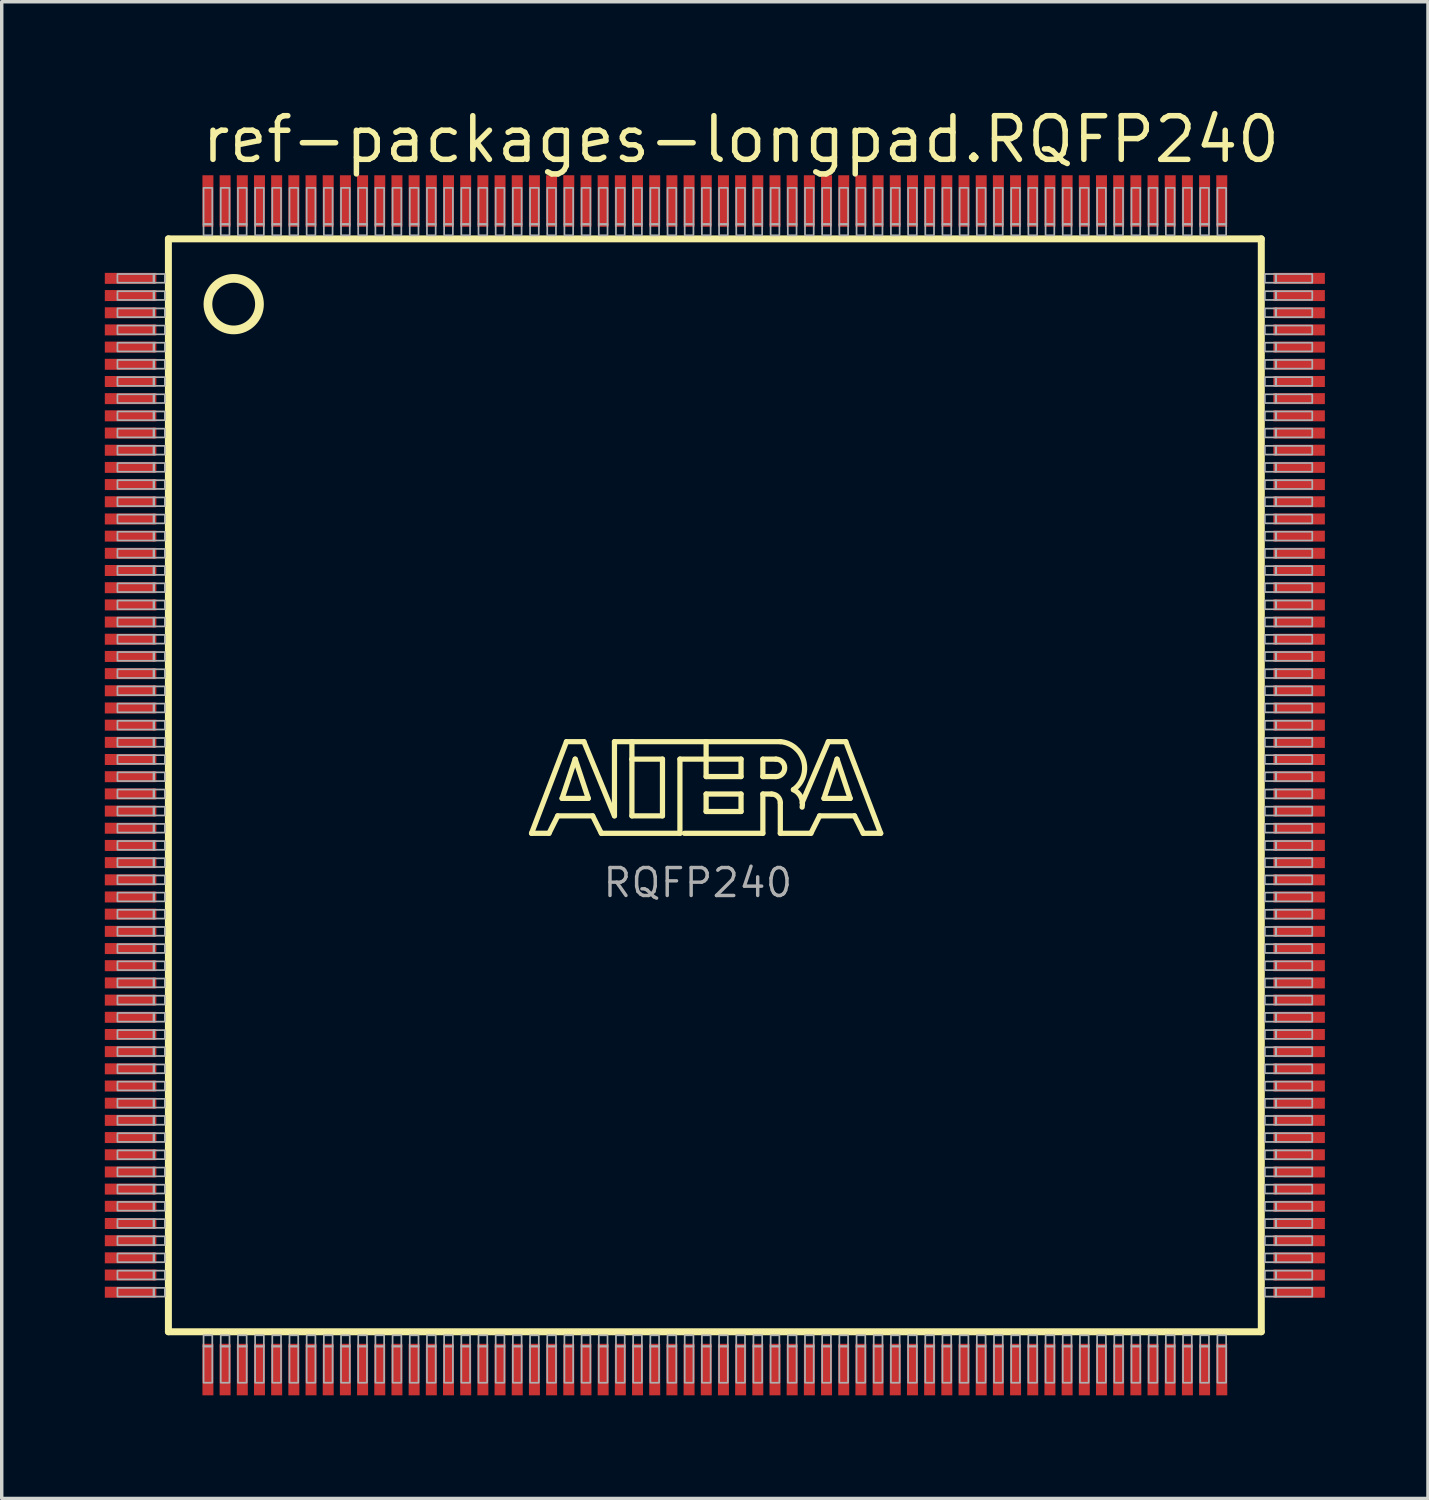
<source format=kicad_pcb>
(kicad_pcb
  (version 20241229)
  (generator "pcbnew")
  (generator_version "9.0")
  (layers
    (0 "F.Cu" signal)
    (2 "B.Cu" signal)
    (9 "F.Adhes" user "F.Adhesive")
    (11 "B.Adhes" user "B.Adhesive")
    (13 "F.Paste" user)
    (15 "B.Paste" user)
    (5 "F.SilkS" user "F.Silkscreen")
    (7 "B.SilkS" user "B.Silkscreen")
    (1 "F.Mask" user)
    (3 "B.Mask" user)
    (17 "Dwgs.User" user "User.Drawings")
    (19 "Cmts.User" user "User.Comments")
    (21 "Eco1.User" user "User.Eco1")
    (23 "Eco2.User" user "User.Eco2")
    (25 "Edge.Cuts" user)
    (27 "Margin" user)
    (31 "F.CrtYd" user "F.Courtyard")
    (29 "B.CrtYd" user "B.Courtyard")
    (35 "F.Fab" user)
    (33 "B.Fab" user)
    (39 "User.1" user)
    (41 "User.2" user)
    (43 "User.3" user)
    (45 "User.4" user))
  (footprint "ref-packages-longpad.RQFP240"
    (layer "F.Cu")
    (at 17.75 19.8)
    (property "Reference" "ref-packages-longpad.RQFP240" (at -15.01 -18.05 0) (layer "F.SilkS") (effects (font (size 1.27 1.27) (thickness 0.16)) (justify left bottom)))
    (attr smd)
    (fp_line (start -15.9 -15.9) (end -15.9 15.9) (stroke (width 0.203) (type default)) (layer "F.SilkS"))
    (fp_line (start -15.9 15.9) (end 15.9 15.9) (stroke (width 0.203) (type default)) (layer "F.SilkS"))
    (fp_line (start -5.334 1.397) (end -4.318 -1.27) (stroke (width 0.152) (type default)) (layer "F.SilkS"))
    (fp_line (start -4.826 1.397) (end -5.334 1.397) (stroke (width 0.152) (type default)) (layer "F.SilkS"))
    (fp_line (start -4.572 0.889) (end -4.826 1.397) (stroke (width 0.152) (type default)) (layer "F.SilkS"))
    (fp_line (start -4.445 0.381) (end -3.683 0.381) (stroke (width 0.152) (type default)) (layer "F.SilkS"))
    (fp_line (start -4.318 -1.27) (end -3.81 -1.27) (stroke (width 0.152) (type default)) (layer "F.SilkS"))
    (fp_line (start -4.064 -0.762) (end -4.445 0.381) (stroke (width 0.152) (type default)) (layer "F.SilkS"))
    (fp_line (start -3.81 -1.27) (end -2.921 0.889) (stroke (width 0.152) (type default)) (layer "F.SilkS"))
    (fp_line (start -3.683 0.381) (end -4.064 -0.762) (stroke (width 0.152) (type default)) (layer "F.SilkS"))
    (fp_line (start -3.556 0.889) (end -4.572 0.889) (stroke (width 0.152) (type default)) (layer "F.SilkS"))
    (fp_line (start -3.302 1.397) (end -3.556 0.889) (stroke (width 0.152) (type default)) (layer "F.SilkS"))
    (fp_line (start -2.921 -1.27) (end -2.413 -1.27) (stroke (width 0.152) (type default)) (layer "F.SilkS"))
    (fp_line (start -2.921 0.889) (end -2.921 -1.27) (stroke (width 0.152) (type default)) (layer "F.SilkS"))
    (fp_line (start -2.413 -1.27) (end -2.413 -0.762) (stroke (width 0.152) (type default)) (layer "F.SilkS"))
    (fp_line (start -2.413 -1.27) (end -0.254 -1.27) (stroke (width 0.152) (type default)) (layer "F.SilkS"))
    (fp_line (start -2.413 -0.762) (end -2.413 0.889) (stroke (width 0.152) (type default)) (layer "F.SilkS"))
    (fp_line (start -2.413 0.889) (end -1.524 0.889) (stroke (width 0.152) (type default)) (layer "F.SilkS"))
    (fp_line (start -1.524 -0.762) (end -2.413 -0.762) (stroke (width 0.152) (type default)) (layer "F.SilkS"))
    (fp_line (start -1.524 0.889) (end -1.524 -0.762) (stroke (width 0.152) (type default)) (layer "F.SilkS"))
    (fp_line (start -1.016 -0.762) (end -1.016 1.397) (stroke (width 0.152) (type default)) (layer "F.SilkS"))
    (fp_line (start -1.016 1.397) (end -3.302 1.397) (stroke (width 0.152) (type default)) (layer "F.SilkS"))
    (fp_line (start -0.254 -1.27) (end -0.254 -0.762) (stroke (width 0.152) (type default)) (layer "F.SilkS"))
    (fp_line (start -0.254 -1.27) (end 1.905 -1.27) (stroke (width 0.152) (type default)) (layer "F.SilkS"))
    (fp_line (start -0.254 -0.762) (end -1.016 -0.762) (stroke (width 0.152) (type default)) (layer "F.SilkS"))
    (fp_line (start -0.254 -0.762) (end -0.254 -0.254) (stroke (width 0.152) (type default)) (layer "F.SilkS"))
    (fp_line (start -0.254 -0.254) (end 0.762 -0.254) (stroke (width 0.152) (type default)) (layer "F.SilkS"))
    (fp_line (start -0.254 0.254) (end 0.762 0.254) (stroke (width 0.152) (type default)) (layer "F.SilkS"))
    (fp_line (start -0.254 0.762) (end -0.254 0.254) (stroke (width 0.152) (type default)) (layer "F.SilkS"))
    (fp_line (start 0.762 -0.762) (end -0.254 -0.762) (stroke (width 0.152) (type default)) (layer "F.SilkS"))
    (fp_line (start 0.762 -0.254) (end 0.762 -0.762) (stroke (width 0.152) (type default)) (layer "F.SilkS"))
    (fp_line (start 0.762 0.254) (end 0.762 0.762) (stroke (width 0.152) (type default)) (layer "F.SilkS"))
    (fp_line (start 0.762 0.762) (end -0.254 0.762) (stroke (width 0.152) (type default)) (layer "F.SilkS"))
    (fp_line (start 1.397 -0.762) (end 1.397 -0.254) (stroke (width 0.152) (type default)) (layer "F.SilkS"))
    (fp_line (start 1.397 -0.254) (end 1.778 -0.254) (stroke (width 0.152) (type default)) (layer "F.SilkS"))
    (fp_line (start 1.397 0.254) (end 1.397 1.397) (stroke (width 0.152) (type default)) (layer "F.SilkS"))
    (fp_line (start 1.397 0.254) (end 1.651 0.254) (stroke (width 0.152) (type default)) (layer "F.SilkS"))
    (fp_line (start 1.397 1.397) (end -0.889 1.397) (stroke (width 0.152) (type default)) (layer "F.SilkS"))
    (fp_line (start 1.778 -0.762) (end 1.397 -0.762) (stroke (width 0.152) (type default)) (layer "F.SilkS"))
    (fp_line (start 1.905 0.508) (end 1.905 1.397) (stroke (width 0.152) (type default)) (layer "F.SilkS"))
    (fp_line (start 1.905 1.397) (end 2.794 1.397) (stroke (width 0.152) (type default)) (layer "F.SilkS"))
    (fp_line (start 2.794 1.397) (end 3.048 0.889) (stroke (width 0.152) (type default)) (layer "F.SilkS"))
    (fp_line (start 3.048 0.889) (end 4.064 0.889) (stroke (width 0.152) (type default)) (layer "F.SilkS"))
    (fp_line (start 3.175 0.381) (end 3.556 -0.762) (stroke (width 0.152) (type default)) (layer "F.SilkS"))
    (fp_line (start 3.302 -1.27) (end 2.54 0.508) (stroke (width 0.152) (type default)) (layer "F.SilkS"))
    (fp_line (start 3.556 -0.762) (end 3.937 0.381) (stroke (width 0.152) (type default)) (layer "F.SilkS"))
    (fp_line (start 3.81 -1.27) (end 3.302 -1.27) (stroke (width 0.152) (type default)) (layer "F.SilkS"))
    (fp_line (start 3.937 0.381) (end 3.175 0.381) (stroke (width 0.152) (type default)) (layer "F.SilkS"))
    (fp_line (start 4.064 0.889) (end 4.318 1.397) (stroke (width 0.152) (type default)) (layer "F.SilkS"))
    (fp_line (start 4.318 1.397) (end 4.826 1.397) (stroke (width 0.152) (type default)) (layer "F.SilkS"))
    (fp_line (start 4.826 1.397) (end 3.81 -1.27) (stroke (width 0.152) (type default)) (layer "F.SilkS"))
    (fp_line (start 15.9 -15.9) (end -15.9 -15.9) (stroke (width 0.203) (type default)) (layer "F.SilkS"))
    (fp_line (start 15.9 15.9) (end 15.9 -15.9) (stroke (width 0.203) (type default)) (layer "F.SilkS"))
    (fp_arc (start 1.651 0.254) (mid 1.830605 0.328395) (end 1.905 0.508) (stroke (width 0.1524) (type default)) (layer "F.SilkS"))
    (fp_arc (start 1.778 -0.762) (mid 2.032 -0.508) (end 1.778 -0.254) (stroke (width 0.1524) (type default)) (layer "F.SilkS"))
    (fp_arc (start 1.905 -1.27) (mid 2.585094 -0.70463) (end 2.2861 0.1277) (stroke (width 0.1524) (type default)) (layer "F.SilkS"))
    (fp_arc (start 2.286 0.127) (mid 2.501981 0.336487) (end 2.5397 0.635) (stroke (width 0.1524) (type default)) (layer "F.SilkS"))
    (fp_circle (center -14 -14) (end -13.25 -14) (stroke (width 0.254) (type default)) (fill no) (layer "F.SilkS"))
    (fp_rect (start -17.383 -14.623) (end -16.316 -14.877) (stroke (width 0.05) (type default)) (fill no) (layer "F.Fab"))
    (fp_rect (start -17.383 -14.123) (end -16.316 -14.377) (stroke (width 0.05) (type default)) (fill no) (layer "F.Fab"))
    (fp_rect (start -17.383 -13.623) (end -16.316 -13.877) (stroke (width 0.05) (type default)) (fill no) (layer "F.Fab"))
    (fp_rect (start -17.383 -13.123) (end -16.316 -13.377) (stroke (width 0.05) (type default)) (fill no) (layer "F.Fab"))
    (fp_rect (start -17.383 -12.623) (end -16.316 -12.877) (stroke (width 0.05) (type default)) (fill no) (layer "F.Fab"))
    (fp_rect (start -17.383 -12.123) (end -16.316 -12.377) (stroke (width 0.05) (type default)) (fill no) (layer "F.Fab"))
    (fp_rect (start -17.383 -11.623) (end -16.316 -11.877) (stroke (width 0.05) (type default)) (fill no) (layer "F.Fab"))
    (fp_rect (start -17.383 -11.123) (end -16.316 -11.377) (stroke (width 0.05) (type default)) (fill no) (layer "F.Fab"))
    (fp_rect (start -17.383 -10.623) (end -16.316 -10.877) (stroke (width 0.05) (type default)) (fill no) (layer "F.Fab"))
    (fp_rect (start -17.383 -10.123) (end -16.316 -10.377) (stroke (width 0.05) (type default)) (fill no) (layer "F.Fab"))
    (fp_rect (start -17.383 -9.623) (end -16.316 -9.877) (stroke (width 0.05) (type default)) (fill no) (layer "F.Fab"))
    (fp_rect (start -17.383 -9.123) (end -16.316 -9.377) (stroke (width 0.05) (type default)) (fill no) (layer "F.Fab"))
    (fp_rect (start -17.383 -8.623) (end -16.316 -8.877) (stroke (width 0.05) (type default)) (fill no) (layer "F.Fab"))
    (fp_rect (start -17.383 -8.123) (end -16.316 -8.377) (stroke (width 0.05) (type default)) (fill no) (layer "F.Fab"))
    (fp_rect (start -17.383 -7.623) (end -16.316 -7.877) (stroke (width 0.05) (type default)) (fill no) (layer "F.Fab"))
    (fp_rect (start -17.383 -7.123) (end -16.316 -7.377) (stroke (width 0.05) (type default)) (fill no) (layer "F.Fab"))
    (fp_rect (start -17.383 -6.623) (end -16.316 -6.877) (stroke (width 0.05) (type default)) (fill no) (layer "F.Fab"))
    (fp_rect (start -17.383 -6.123) (end -16.316 -6.377) (stroke (width 0.05) (type default)) (fill no) (layer "F.Fab"))
    (fp_rect (start -17.383 -5.623) (end -16.316 -5.877) (stroke (width 0.05) (type default)) (fill no) (layer "F.Fab"))
    (fp_rect (start -17.383 -5.123) (end -16.316 -5.377) (stroke (width 0.05) (type default)) (fill no) (layer "F.Fab"))
    (fp_rect (start -17.383 -4.623) (end -16.316 -4.877) (stroke (width 0.05) (type default)) (fill no) (layer "F.Fab"))
    (fp_rect (start -17.383 -4.123) (end -16.316 -4.377) (stroke (width 0.05) (type default)) (fill no) (layer "F.Fab"))
    (fp_rect (start -17.383 -3.623) (end -16.316 -3.877) (stroke (width 0.05) (type default)) (fill no) (layer "F.Fab"))
    (fp_rect (start -17.383 -3.123) (end -16.316 -3.377) (stroke (width 0.05) (type default)) (fill no) (layer "F.Fab"))
    (fp_rect (start -17.383 -2.623) (end -16.316 -2.877) (stroke (width 0.05) (type default)) (fill no) (layer "F.Fab"))
    (fp_rect (start -17.383 -2.123) (end -16.316 -2.377) (stroke (width 0.05) (type default)) (fill no) (layer "F.Fab"))
    (fp_rect (start -17.383 -1.623) (end -16.316 -1.877) (stroke (width 0.05) (type default)) (fill no) (layer "F.Fab"))
    (fp_rect (start -17.383 -1.123) (end -16.316 -1.377) (stroke (width 0.05) (type default)) (fill no) (layer "F.Fab"))
    (fp_rect (start -17.383 -0.623) (end -16.316 -0.877) (stroke (width 0.05) (type default)) (fill no) (layer "F.Fab"))
    (fp_rect (start -17.383 -0.123) (end -16.316 -0.377) (stroke (width 0.05) (type default)) (fill no) (layer "F.Fab"))
    (fp_rect (start -17.383 0.377) (end -16.316 0.123) (stroke (width 0.05) (type default)) (fill no) (layer "F.Fab"))
    (fp_rect (start -17.383 0.877) (end -16.316 0.623) (stroke (width 0.05) (type default)) (fill no) (layer "F.Fab"))
    (fp_rect (start -17.383 1.377) (end -16.316 1.123) (stroke (width 0.05) (type default)) (fill no) (layer "F.Fab"))
    (fp_rect (start -17.383 1.877) (end -16.316 1.623) (stroke (width 0.05) (type default)) (fill no) (layer "F.Fab"))
    (fp_rect (start -17.383 2.377) (end -16.316 2.123) (stroke (width 0.05) (type default)) (fill no) (layer "F.Fab"))
    (fp_rect (start -17.383 2.877) (end -16.316 2.623) (stroke (width 0.05) (type default)) (fill no) (layer "F.Fab"))
    (fp_rect (start -17.383 3.377) (end -16.316 3.123) (stroke (width 0.05) (type default)) (fill no) (layer "F.Fab"))
    (fp_rect (start -17.383 3.877) (end -16.316 3.623) (stroke (width 0.05) (type default)) (fill no) (layer "F.Fab"))
    (fp_rect (start -17.383 4.377) (end -16.316 4.123) (stroke (width 0.05) (type default)) (fill no) (layer "F.Fab"))
    (fp_rect (start -17.383 4.877) (end -16.316 4.623) (stroke (width 0.05) (type default)) (fill no) (layer "F.Fab"))
    (fp_rect (start -17.383 5.377) (end -16.316 5.123) (stroke (width 0.05) (type default)) (fill no) (layer "F.Fab"))
    (fp_rect (start -17.383 5.877) (end -16.316 5.623) (stroke (width 0.05) (type default)) (fill no) (layer "F.Fab"))
    (fp_rect (start -17.383 6.377) (end -16.316 6.123) (stroke (width 0.05) (type default)) (fill no) (layer "F.Fab"))
    (fp_rect (start -17.383 6.877) (end -16.316 6.623) (stroke (width 0.05) (type default)) (fill no) (layer "F.Fab"))
    (fp_rect (start -17.383 7.377) (end -16.316 7.123) (stroke (width 0.05) (type default)) (fill no) (layer "F.Fab"))
    (fp_rect (start -17.383 7.877) (end -16.316 7.623) (stroke (width 0.05) (type default)) (fill no) (layer "F.Fab"))
    (fp_rect (start -17.383 8.377) (end -16.316 8.123) (stroke (width 0.05) (type default)) (fill no) (layer "F.Fab"))
    (fp_rect (start -17.383 8.877) (end -16.316 8.623) (stroke (width 0.05) (type default)) (fill no) (layer "F.Fab"))
    (fp_rect (start -17.383 9.377) (end -16.316 9.123) (stroke (width 0.05) (type default)) (fill no) (layer "F.Fab"))
    (fp_rect (start -17.383 9.877) (end -16.316 9.623) (stroke (width 0.05) (type default)) (fill no) (layer "F.Fab"))
    (fp_rect (start -17.383 10.377) (end -16.316 10.123) (stroke (width 0.05) (type default)) (fill no) (layer "F.Fab"))
    (fp_rect (start -17.383 10.877) (end -16.316 10.623) (stroke (width 0.05) (type default)) (fill no) (layer "F.Fab"))
    (fp_rect (start -17.383 11.377) (end -16.316 11.123) (stroke (width 0.05) (type default)) (fill no) (layer "F.Fab"))
    (fp_rect (start -17.383 11.877) (end -16.316 11.623) (stroke (width 0.05) (type default)) (fill no) (layer "F.Fab"))
    (fp_rect (start -17.383 12.377) (end -16.316 12.123) (stroke (width 0.05) (type default)) (fill no) (layer "F.Fab"))
    (fp_rect (start -17.383 12.877) (end -16.316 12.623) (stroke (width 0.05) (type default)) (fill no) (layer "F.Fab"))
    (fp_rect (start -17.383 13.377) (end -16.316 13.123) (stroke (width 0.05) (type default)) (fill no) (layer "F.Fab"))
    (fp_rect (start -17.383 13.877) (end -16.316 13.623) (stroke (width 0.05) (type default)) (fill no) (layer "F.Fab"))
    (fp_rect (start -17.383 14.377) (end -16.316 14.123) (stroke (width 0.05) (type default)) (fill no) (layer "F.Fab"))
    (fp_rect (start -17.383 14.877) (end -16.316 14.623) (stroke (width 0.05) (type default)) (fill no) (layer "F.Fab"))
    (fp_rect (start -16.333 -14.623) (end -16.003 -14.877) (stroke (width 0.05) (type default)) (fill no) (layer "F.Fab"))
    (fp_rect (start -16.333 -14.123) (end -16.003 -14.377) (stroke (width 0.05) (type default)) (fill no) (layer "F.Fab"))
    (fp_rect (start -16.333 -13.623) (end -16.003 -13.877) (stroke (width 0.05) (type default)) (fill no) (layer "F.Fab"))
    (fp_rect (start -16.333 -13.123) (end -16.003 -13.377) (stroke (width 0.05) (type default)) (fill no) (layer "F.Fab"))
    (fp_rect (start -16.333 -12.623) (end -16.003 -12.877) (stroke (width 0.05) (type default)) (fill no) (layer "F.Fab"))
    (fp_rect (start -16.333 -12.123) (end -16.003 -12.377) (stroke (width 0.05) (type default)) (fill no) (layer "F.Fab"))
    (fp_rect (start -16.333 -11.623) (end -16.003 -11.877) (stroke (width 0.05) (type default)) (fill no) (layer "F.Fab"))
    (fp_rect (start -16.333 -11.123) (end -16.003 -11.377) (stroke (width 0.05) (type default)) (fill no) (layer "F.Fab"))
    (fp_rect (start -16.333 -10.623) (end -16.003 -10.877) (stroke (width 0.05) (type default)) (fill no) (layer "F.Fab"))
    (fp_rect (start -16.333 -10.123) (end -16.003 -10.377) (stroke (width 0.05) (type default)) (fill no) (layer "F.Fab"))
    (fp_rect (start -16.333 -9.623) (end -16.003 -9.877) (stroke (width 0.05) (type default)) (fill no) (layer "F.Fab"))
    (fp_rect (start -16.333 -9.123) (end -16.003 -9.377) (stroke (width 0.05) (type default)) (fill no) (layer "F.Fab"))
    (fp_rect (start -16.333 -8.623) (end -16.003 -8.877) (stroke (width 0.05) (type default)) (fill no) (layer "F.Fab"))
    (fp_rect (start -16.333 -8.123) (end -16.003 -8.377) (stroke (width 0.05) (type default)) (fill no) (layer "F.Fab"))
    (fp_rect (start -16.333 -7.623) (end -16.003 -7.877) (stroke (width 0.05) (type default)) (fill no) (layer "F.Fab"))
    (fp_rect (start -16.333 -7.123) (end -16.003 -7.377) (stroke (width 0.05) (type default)) (fill no) (layer "F.Fab"))
    (fp_rect (start -16.333 -6.623) (end -16.003 -6.877) (stroke (width 0.05) (type default)) (fill no) (layer "F.Fab"))
    (fp_rect (start -16.333 -6.123) (end -16.003 -6.377) (stroke (width 0.05) (type default)) (fill no) (layer "F.Fab"))
    (fp_rect (start -16.333 -5.623) (end -16.003 -5.877) (stroke (width 0.05) (type default)) (fill no) (layer "F.Fab"))
    (fp_rect (start -16.333 -5.123) (end -16.003 -5.377) (stroke (width 0.05) (type default)) (fill no) (layer "F.Fab"))
    (fp_rect (start -16.333 -4.623) (end -16.003 -4.877) (stroke (width 0.05) (type default)) (fill no) (layer "F.Fab"))
    (fp_rect (start -16.333 -4.123) (end -16.003 -4.377) (stroke (width 0.05) (type default)) (fill no) (layer "F.Fab"))
    (fp_rect (start -16.333 -3.623) (end -16.003 -3.877) (stroke (width 0.05) (type default)) (fill no) (layer "F.Fab"))
    (fp_rect (start -16.333 -3.123) (end -16.003 -3.377) (stroke (width 0.05) (type default)) (fill no) (layer "F.Fab"))
    (fp_rect (start -16.333 -2.623) (end -16.003 -2.877) (stroke (width 0.05) (type default)) (fill no) (layer "F.Fab"))
    (fp_rect (start -16.333 -2.123) (end -16.003 -2.377) (stroke (width 0.05) (type default)) (fill no) (layer "F.Fab"))
    (fp_rect (start -16.333 -1.623) (end -16.003 -1.877) (stroke (width 0.05) (type default)) (fill no) (layer "F.Fab"))
    (fp_rect (start -16.333 -1.123) (end -16.003 -1.377) (stroke (width 0.05) (type default)) (fill no) (layer "F.Fab"))
    (fp_rect (start -16.333 -0.623) (end -16.003 -0.877) (stroke (width 0.05) (type default)) (fill no) (layer "F.Fab"))
    (fp_rect (start -16.333 -0.123) (end -16.003 -0.377) (stroke (width 0.05) (type default)) (fill no) (layer "F.Fab"))
    (fp_rect (start -16.333 0.377) (end -16.003 0.123) (stroke (width 0.05) (type default)) (fill no) (layer "F.Fab"))
    (fp_rect (start -16.333 0.877) (end -16.003 0.623) (stroke (width 0.05) (type default)) (fill no) (layer "F.Fab"))
    (fp_rect (start -16.333 1.377) (end -16.003 1.123) (stroke (width 0.05) (type default)) (fill no) (layer "F.Fab"))
    (fp_rect (start -16.333 1.877) (end -16.003 1.623) (stroke (width 0.05) (type default)) (fill no) (layer "F.Fab"))
    (fp_rect (start -16.333 2.377) (end -16.003 2.123) (stroke (width 0.05) (type default)) (fill no) (layer "F.Fab"))
    (fp_rect (start -16.333 2.877) (end -16.003 2.623) (stroke (width 0.05) (type default)) (fill no) (layer "F.Fab"))
    (fp_rect (start -16.333 3.377) (end -16.003 3.123) (stroke (width 0.05) (type default)) (fill no) (layer "F.Fab"))
    (fp_rect (start -16.333 3.877) (end -16.003 3.623) (stroke (width 0.05) (type default)) (fill no) (layer "F.Fab"))
    (fp_rect (start -16.333 4.377) (end -16.003 4.123) (stroke (width 0.05) (type default)) (fill no) (layer "F.Fab"))
    (fp_rect (start -16.333 4.877) (end -16.003 4.623) (stroke (width 0.05) (type default)) (fill no) (layer "F.Fab"))
    (fp_rect (start -16.333 5.377) (end -16.003 5.123) (stroke (width 0.05) (type default)) (fill no) (layer "F.Fab"))
    (fp_rect (start -16.333 5.877) (end -16.003 5.623) (stroke (width 0.05) (type default)) (fill no) (layer "F.Fab"))
    (fp_rect (start -16.333 6.377) (end -16.003 6.123) (stroke (width 0.05) (type default)) (fill no) (layer "F.Fab"))
    (fp_rect (start -16.333 6.877) (end -16.003 6.623) (stroke (width 0.05) (type default)) (fill no) (layer "F.Fab"))
    (fp_rect (start -16.333 7.377) (end -16.003 7.123) (stroke (width 0.05) (type default)) (fill no) (layer "F.Fab"))
    (fp_rect (start -16.333 7.877) (end -16.003 7.623) (stroke (width 0.05) (type default)) (fill no) (layer "F.Fab"))
    (fp_rect (start -16.333 8.377) (end -16.003 8.123) (stroke (width 0.05) (type default)) (fill no) (layer "F.Fab"))
    (fp_rect (start -16.333 8.877) (end -16.003 8.623) (stroke (width 0.05) (type default)) (fill no) (layer "F.Fab"))
    (fp_rect (start -16.333 9.377) (end -16.003 9.123) (stroke (width 0.05) (type default)) (fill no) (layer "F.Fab"))
    (fp_rect (start -16.333 9.877) (end -16.003 9.623) (stroke (width 0.05) (type default)) (fill no) (layer "F.Fab"))
    (fp_rect (start -16.333 10.377) (end -16.003 10.123) (stroke (width 0.05) (type default)) (fill no) (layer "F.Fab"))
    (fp_rect (start -16.333 10.877) (end -16.003 10.623) (stroke (width 0.05) (type default)) (fill no) (layer "F.Fab"))
    (fp_rect (start -16.333 11.377) (end -16.003 11.123) (stroke (width 0.05) (type default)) (fill no) (layer "F.Fab"))
    (fp_rect (start -16.333 11.877) (end -16.003 11.623) (stroke (width 0.05) (type default)) (fill no) (layer "F.Fab"))
    (fp_rect (start -16.333 12.377) (end -16.003 12.123) (stroke (width 0.05) (type default)) (fill no) (layer "F.Fab"))
    (fp_rect (start -16.333 12.877) (end -16.003 12.623) (stroke (width 0.05) (type default)) (fill no) (layer "F.Fab"))
    (fp_rect (start -16.333 13.377) (end -16.003 13.123) (stroke (width 0.05) (type default)) (fill no) (layer "F.Fab"))
    (fp_rect (start -16.333 13.877) (end -16.003 13.623) (stroke (width 0.05) (type default)) (fill no) (layer "F.Fab"))
    (fp_rect (start -16.333 14.377) (end -16.003 14.123) (stroke (width 0.05) (type default)) (fill no) (layer "F.Fab"))
    (fp_rect (start -16.333 14.877) (end -16.003 14.623) (stroke (width 0.05) (type default)) (fill no) (layer "F.Fab"))
    (fp_rect (start -14.877 -16.316) (end -14.623 -17.383) (stroke (width 0.05) (type default)) (fill no) (layer "F.Fab"))
    (fp_rect (start -14.877 -16.003) (end -14.623 -16.333) (stroke (width 0.05) (type default)) (fill no) (layer "F.Fab"))
    (fp_rect (start -14.877 16.333) (end -14.623 16.003) (stroke (width 0.05) (type default)) (fill no) (layer "F.Fab"))
    (fp_rect (start -14.877 17.383) (end -14.623 16.316) (stroke (width 0.05) (type default)) (fill no) (layer "F.Fab"))
    (fp_rect (start -14.377 -16.316) (end -14.123 -17.383) (stroke (width 0.05) (type default)) (fill no) (layer "F.Fab"))
    (fp_rect (start -14.377 -16.003) (end -14.123 -16.333) (stroke (width 0.05) (type default)) (fill no) (layer "F.Fab"))
    (fp_rect (start -14.377 16.333) (end -14.123 16.003) (stroke (width 0.05) (type default)) (fill no) (layer "F.Fab"))
    (fp_rect (start -14.377 17.383) (end -14.123 16.316) (stroke (width 0.05) (type default)) (fill no) (layer "F.Fab"))
    (fp_rect (start -13.877 -16.316) (end -13.623 -17.383) (stroke (width 0.05) (type default)) (fill no) (layer "F.Fab"))
    (fp_rect (start -13.877 -16.003) (end -13.623 -16.333) (stroke (width 0.05) (type default)) (fill no) (layer "F.Fab"))
    (fp_rect (start -13.877 16.333) (end -13.623 16.003) (stroke (width 0.05) (type default)) (fill no) (layer "F.Fab"))
    (fp_rect (start -13.877 17.383) (end -13.623 16.316) (stroke (width 0.05) (type default)) (fill no) (layer "F.Fab"))
    (fp_rect (start -13.377 -16.316) (end -13.123 -17.383) (stroke (width 0.05) (type default)) (fill no) (layer "F.Fab"))
    (fp_rect (start -13.377 -16.003) (end -13.123 -16.333) (stroke (width 0.05) (type default)) (fill no) (layer "F.Fab"))
    (fp_rect (start -13.377 16.333) (end -13.123 16.003) (stroke (width 0.05) (type default)) (fill no) (layer "F.Fab"))
    (fp_rect (start -13.377 17.383) (end -13.123 16.316) (stroke (width 0.05) (type default)) (fill no) (layer "F.Fab"))
    (fp_rect (start -12.877 -16.316) (end -12.623 -17.383) (stroke (width 0.05) (type default)) (fill no) (layer "F.Fab"))
    (fp_rect (start -12.877 -16.003) (end -12.623 -16.333) (stroke (width 0.05) (type default)) (fill no) (layer "F.Fab"))
    (fp_rect (start -12.877 16.333) (end -12.623 16.003) (stroke (width 0.05) (type default)) (fill no) (layer "F.Fab"))
    (fp_rect (start -12.877 17.383) (end -12.623 16.316) (stroke (width 0.05) (type default)) (fill no) (layer "F.Fab"))
    (fp_rect (start -12.377 -16.316) (end -12.123 -17.383) (stroke (width 0.05) (type default)) (fill no) (layer "F.Fab"))
    (fp_rect (start -12.377 -16.003) (end -12.123 -16.333) (stroke (width 0.05) (type default)) (fill no) (layer "F.Fab"))
    (fp_rect (start -12.377 16.333) (end -12.123 16.003) (stroke (width 0.05) (type default)) (fill no) (layer "F.Fab"))
    (fp_rect (start -12.377 17.383) (end -12.123 16.316) (stroke (width 0.05) (type default)) (fill no) (layer "F.Fab"))
    (fp_rect (start -11.877 -16.316) (end -11.623 -17.383) (stroke (width 0.05) (type default)) (fill no) (layer "F.Fab"))
    (fp_rect (start -11.877 -16.003) (end -11.623 -16.333) (stroke (width 0.05) (type default)) (fill no) (layer "F.Fab"))
    (fp_rect (start -11.877 16.333) (end -11.623 16.003) (stroke (width 0.05) (type default)) (fill no) (layer "F.Fab"))
    (fp_rect (start -11.877 17.383) (end -11.623 16.316) (stroke (width 0.05) (type default)) (fill no) (layer "F.Fab"))
    (fp_rect (start -11.377 -16.316) (end -11.123 -17.383) (stroke (width 0.05) (type default)) (fill no) (layer "F.Fab"))
    (fp_rect (start -11.377 -16.003) (end -11.123 -16.333) (stroke (width 0.05) (type default)) (fill no) (layer "F.Fab"))
    (fp_rect (start -11.377 16.333) (end -11.123 16.003) (stroke (width 0.05) (type default)) (fill no) (layer "F.Fab"))
    (fp_rect (start -11.377 17.383) (end -11.123 16.316) (stroke (width 0.05) (type default)) (fill no) (layer "F.Fab"))
    (fp_rect (start -10.877 -16.316) (end -10.623 -17.383) (stroke (width 0.05) (type default)) (fill no) (layer "F.Fab"))
    (fp_rect (start -10.877 -16.003) (end -10.623 -16.333) (stroke (width 0.05) (type default)) (fill no) (layer "F.Fab"))
    (fp_rect (start -10.877 16.333) (end -10.623 16.003) (stroke (width 0.05) (type default)) (fill no) (layer "F.Fab"))
    (fp_rect (start -10.877 17.383) (end -10.623 16.316) (stroke (width 0.05) (type default)) (fill no) (layer "F.Fab"))
    (fp_rect (start -10.377 -16.316) (end -10.123 -17.383) (stroke (width 0.05) (type default)) (fill no) (layer "F.Fab"))
    (fp_rect (start -10.377 -16.003) (end -10.123 -16.333) (stroke (width 0.05) (type default)) (fill no) (layer "F.Fab"))
    (fp_rect (start -10.377 16.333) (end -10.123 16.003) (stroke (width 0.05) (type default)) (fill no) (layer "F.Fab"))
    (fp_rect (start -10.377 17.383) (end -10.123 16.316) (stroke (width 0.05) (type default)) (fill no) (layer "F.Fab"))
    (fp_rect (start -9.877 -16.316) (end -9.623 -17.383) (stroke (width 0.05) (type default)) (fill no) (layer "F.Fab"))
    (fp_rect (start -9.877 -16.003) (end -9.623 -16.333) (stroke (width 0.05) (type default)) (fill no) (layer "F.Fab"))
    (fp_rect (start -9.877 16.333) (end -9.623 16.003) (stroke (width 0.05) (type default)) (fill no) (layer "F.Fab"))
    (fp_rect (start -9.877 17.383) (end -9.623 16.316) (stroke (width 0.05) (type default)) (fill no) (layer "F.Fab"))
    (fp_rect (start -9.377 -16.316) (end -9.123 -17.383) (stroke (width 0.05) (type default)) (fill no) (layer "F.Fab"))
    (fp_rect (start -9.377 -16.003) (end -9.123 -16.333) (stroke (width 0.05) (type default)) (fill no) (layer "F.Fab"))
    (fp_rect (start -9.377 16.333) (end -9.123 16.003) (stroke (width 0.05) (type default)) (fill no) (layer "F.Fab"))
    (fp_rect (start -9.377 17.383) (end -9.123 16.316) (stroke (width 0.05) (type default)) (fill no) (layer "F.Fab"))
    (fp_rect (start -8.877 -16.316) (end -8.623 -17.383) (stroke (width 0.05) (type default)) (fill no) (layer "F.Fab"))
    (fp_rect (start -8.877 -16.003) (end -8.623 -16.333) (stroke (width 0.05) (type default)) (fill no) (layer "F.Fab"))
    (fp_rect (start -8.877 16.333) (end -8.623 16.003) (stroke (width 0.05) (type default)) (fill no) (layer "F.Fab"))
    (fp_rect (start -8.877 17.383) (end -8.623 16.316) (stroke (width 0.05) (type default)) (fill no) (layer "F.Fab"))
    (fp_rect (start -8.377 -16.316) (end -8.123 -17.383) (stroke (width 0.05) (type default)) (fill no) (layer "F.Fab"))
    (fp_rect (start -8.377 -16.003) (end -8.123 -16.333) (stroke (width 0.05) (type default)) (fill no) (layer "F.Fab"))
    (fp_rect (start -8.377 16.333) (end -8.123 16.003) (stroke (width 0.05) (type default)) (fill no) (layer "F.Fab"))
    (fp_rect (start -8.377 17.383) (end -8.123 16.316) (stroke (width 0.05) (type default)) (fill no) (layer "F.Fab"))
    (fp_rect (start -7.877 -16.316) (end -7.623 -17.383) (stroke (width 0.05) (type default)) (fill no) (layer "F.Fab"))
    (fp_rect (start -7.877 -16.003) (end -7.623 -16.333) (stroke (width 0.05) (type default)) (fill no) (layer "F.Fab"))
    (fp_rect (start -7.877 16.333) (end -7.623 16.003) (stroke (width 0.05) (type default)) (fill no) (layer "F.Fab"))
    (fp_rect (start -7.877 17.383) (end -7.623 16.316) (stroke (width 0.05) (type default)) (fill no) (layer "F.Fab"))
    (fp_rect (start -7.377 -16.316) (end -7.123 -17.383) (stroke (width 0.05) (type default)) (fill no) (layer "F.Fab"))
    (fp_rect (start -7.377 -16.003) (end -7.123 -16.333) (stroke (width 0.05) (type default)) (fill no) (layer "F.Fab"))
    (fp_rect (start -7.377 16.333) (end -7.123 16.003) (stroke (width 0.05) (type default)) (fill no) (layer "F.Fab"))
    (fp_rect (start -7.377 17.383) (end -7.123 16.316) (stroke (width 0.05) (type default)) (fill no) (layer "F.Fab"))
    (fp_rect (start -6.877 -16.316) (end -6.623 -17.383) (stroke (width 0.05) (type default)) (fill no) (layer "F.Fab"))
    (fp_rect (start -6.877 -16.003) (end -6.623 -16.333) (stroke (width 0.05) (type default)) (fill no) (layer "F.Fab"))
    (fp_rect (start -6.877 16.333) (end -6.623 16.003) (stroke (width 0.05) (type default)) (fill no) (layer "F.Fab"))
    (fp_rect (start -6.877 17.383) (end -6.623 16.316) (stroke (width 0.05) (type default)) (fill no) (layer "F.Fab"))
    (fp_rect (start -6.377 -16.316) (end -6.123 -17.383) (stroke (width 0.05) (type default)) (fill no) (layer "F.Fab"))
    (fp_rect (start -6.377 -16.003) (end -6.123 -16.333) (stroke (width 0.05) (type default)) (fill no) (layer "F.Fab"))
    (fp_rect (start -6.377 16.333) (end -6.123 16.003) (stroke (width 0.05) (type default)) (fill no) (layer "F.Fab"))
    (fp_rect (start -6.377 17.383) (end -6.123 16.316) (stroke (width 0.05) (type default)) (fill no) (layer "F.Fab"))
    (fp_rect (start -5.877 -16.316) (end -5.623 -17.383) (stroke (width 0.05) (type default)) (fill no) (layer "F.Fab"))
    (fp_rect (start -5.877 -16.003) (end -5.623 -16.333) (stroke (width 0.05) (type default)) (fill no) (layer "F.Fab"))
    (fp_rect (start -5.877 16.333) (end -5.623 16.003) (stroke (width 0.05) (type default)) (fill no) (layer "F.Fab"))
    (fp_rect (start -5.877 17.383) (end -5.623 16.316) (stroke (width 0.05) (type default)) (fill no) (layer "F.Fab"))
    (fp_rect (start -5.377 -16.316) (end -5.123 -17.383) (stroke (width 0.05) (type default)) (fill no) (layer "F.Fab"))
    (fp_rect (start -5.377 -16.003) (end -5.123 -16.333) (stroke (width 0.05) (type default)) (fill no) (layer "F.Fab"))
    (fp_rect (start -5.377 16.333) (end -5.123 16.003) (stroke (width 0.05) (type default)) (fill no) (layer "F.Fab"))
    (fp_rect (start -5.377 17.383) (end -5.123 16.316) (stroke (width 0.05) (type default)) (fill no) (layer "F.Fab"))
    (fp_rect (start -4.877 -16.316) (end -4.623 -17.383) (stroke (width 0.05) (type default)) (fill no) (layer "F.Fab"))
    (fp_rect (start -4.877 -16.003) (end -4.623 -16.333) (stroke (width 0.05) (type default)) (fill no) (layer "F.Fab"))
    (fp_rect (start -4.877 16.333) (end -4.623 16.003) (stroke (width 0.05) (type default)) (fill no) (layer "F.Fab"))
    (fp_rect (start -4.877 17.383) (end -4.623 16.316) (stroke (width 0.05) (type default)) (fill no) (layer "F.Fab"))
    (fp_rect (start -4.377 -16.316) (end -4.123 -17.383) (stroke (width 0.05) (type default)) (fill no) (layer "F.Fab"))
    (fp_rect (start -4.377 -16.003) (end -4.123 -16.333) (stroke (width 0.05) (type default)) (fill no) (layer "F.Fab"))
    (fp_rect (start -4.377 16.333) (end -4.123 16.003) (stroke (width 0.05) (type default)) (fill no) (layer "F.Fab"))
    (fp_rect (start -4.377 17.383) (end -4.123 16.316) (stroke (width 0.05) (type default)) (fill no) (layer "F.Fab"))
    (fp_rect (start -3.877 -16.316) (end -3.623 -17.383) (stroke (width 0.05) (type default)) (fill no) (layer "F.Fab"))
    (fp_rect (start -3.877 -16.003) (end -3.623 -16.333) (stroke (width 0.05) (type default)) (fill no) (layer "F.Fab"))
    (fp_rect (start -3.877 16.333) (end -3.623 16.003) (stroke (width 0.05) (type default)) (fill no) (layer "F.Fab"))
    (fp_rect (start -3.877 17.383) (end -3.623 16.316) (stroke (width 0.05) (type default)) (fill no) (layer "F.Fab"))
    (fp_rect (start -3.377 -16.316) (end -3.123 -17.383) (stroke (width 0.05) (type default)) (fill no) (layer "F.Fab"))
    (fp_rect (start -3.377 -16.003) (end -3.123 -16.333) (stroke (width 0.05) (type default)) (fill no) (layer "F.Fab"))
    (fp_rect (start -3.377 16.333) (end -3.123 16.003) (stroke (width 0.05) (type default)) (fill no) (layer "F.Fab"))
    (fp_rect (start -3.377 17.383) (end -3.123 16.316) (stroke (width 0.05) (type default)) (fill no) (layer "F.Fab"))
    (fp_rect (start -2.877 -16.316) (end -2.623 -17.383) (stroke (width 0.05) (type default)) (fill no) (layer "F.Fab"))
    (fp_rect (start -2.877 -16.003) (end -2.623 -16.333) (stroke (width 0.05) (type default)) (fill no) (layer "F.Fab"))
    (fp_rect (start -2.877 16.333) (end -2.623 16.003) (stroke (width 0.05) (type default)) (fill no) (layer "F.Fab"))
    (fp_rect (start -2.877 17.383) (end -2.623 16.316) (stroke (width 0.05) (type default)) (fill no) (layer "F.Fab"))
    (fp_rect (start -2.377 -16.316) (end -2.123 -17.383) (stroke (width 0.05) (type default)) (fill no) (layer "F.Fab"))
    (fp_rect (start -2.377 -16.003) (end -2.123 -16.333) (stroke (width 0.05) (type default)) (fill no) (layer "F.Fab"))
    (fp_rect (start -2.377 16.333) (end -2.123 16.003) (stroke (width 0.05) (type default)) (fill no) (layer "F.Fab"))
    (fp_rect (start -2.377 17.383) (end -2.123 16.316) (stroke (width 0.05) (type default)) (fill no) (layer "F.Fab"))
    (fp_rect (start -1.877 -16.316) (end -1.623 -17.383) (stroke (width 0.05) (type default)) (fill no) (layer "F.Fab"))
    (fp_rect (start -1.877 -16.003) (end -1.623 -16.333) (stroke (width 0.05) (type default)) (fill no) (layer "F.Fab"))
    (fp_rect (start -1.877 16.333) (end -1.623 16.003) (stroke (width 0.05) (type default)) (fill no) (layer "F.Fab"))
    (fp_rect (start -1.877 17.383) (end -1.623 16.316) (stroke (width 0.05) (type default)) (fill no) (layer "F.Fab"))
    (fp_rect (start -1.377 -16.316) (end -1.123 -17.383) (stroke (width 0.05) (type default)) (fill no) (layer "F.Fab"))
    (fp_rect (start -1.377 -16.003) (end -1.123 -16.333) (stroke (width 0.05) (type default)) (fill no) (layer "F.Fab"))
    (fp_rect (start -1.377 16.333) (end -1.123 16.003) (stroke (width 0.05) (type default)) (fill no) (layer "F.Fab"))
    (fp_rect (start -1.377 17.383) (end -1.123 16.316) (stroke (width 0.05) (type default)) (fill no) (layer "F.Fab"))
    (fp_rect (start -0.877 -16.316) (end -0.623 -17.383) (stroke (width 0.05) (type default)) (fill no) (layer "F.Fab"))
    (fp_rect (start -0.877 -16.003) (end -0.623 -16.333) (stroke (width 0.05) (type default)) (fill no) (layer "F.Fab"))
    (fp_rect (start -0.877 16.333) (end -0.623 16.003) (stroke (width 0.05) (type default)) (fill no) (layer "F.Fab"))
    (fp_rect (start -0.877 17.383) (end -0.623 16.316) (stroke (width 0.05) (type default)) (fill no) (layer "F.Fab"))
    (fp_rect (start -0.377 -16.316) (end -0.123 -17.383) (stroke (width 0.05) (type default)) (fill no) (layer "F.Fab"))
    (fp_rect (start -0.377 -16.003) (end -0.123 -16.333) (stroke (width 0.05) (type default)) (fill no) (layer "F.Fab"))
    (fp_rect (start -0.377 16.333) (end -0.123 16.003) (stroke (width 0.05) (type default)) (fill no) (layer "F.Fab"))
    (fp_rect (start -0.377 17.383) (end -0.123 16.316) (stroke (width 0.05) (type default)) (fill no) (layer "F.Fab"))
    (fp_rect (start 0.123 -16.316) (end 0.377 -17.383) (stroke (width 0.05) (type default)) (fill no) (layer "F.Fab"))
    (fp_rect (start 0.123 -16.003) (end 0.377 -16.333) (stroke (width 0.05) (type default)) (fill no) (layer "F.Fab"))
    (fp_rect (start 0.123 16.333) (end 0.377 16.003) (stroke (width 0.05) (type default)) (fill no) (layer "F.Fab"))
    (fp_rect (start 0.123 17.383) (end 0.377 16.316) (stroke (width 0.05) (type default)) (fill no) (layer "F.Fab"))
    (fp_rect (start 0.623 -16.316) (end 0.877 -17.383) (stroke (width 0.05) (type default)) (fill no) (layer "F.Fab"))
    (fp_rect (start 0.623 -16.003) (end 0.877 -16.333) (stroke (width 0.05) (type default)) (fill no) (layer "F.Fab"))
    (fp_rect (start 0.623 16.333) (end 0.877 16.003) (stroke (width 0.05) (type default)) (fill no) (layer "F.Fab"))
    (fp_rect (start 0.623 17.383) (end 0.877 16.316) (stroke (width 0.05) (type default)) (fill no) (layer "F.Fab"))
    (fp_rect (start 1.123 -16.316) (end 1.377 -17.383) (stroke (width 0.05) (type default)) (fill no) (layer "F.Fab"))
    (fp_rect (start 1.123 -16.003) (end 1.377 -16.333) (stroke (width 0.05) (type default)) (fill no) (layer "F.Fab"))
    (fp_rect (start 1.123 16.333) (end 1.377 16.003) (stroke (width 0.05) (type default)) (fill no) (layer "F.Fab"))
    (fp_rect (start 1.123 17.383) (end 1.377 16.316) (stroke (width 0.05) (type default)) (fill no) (layer "F.Fab"))
    (fp_rect (start 1.623 -16.316) (end 1.877 -17.383) (stroke (width 0.05) (type default)) (fill no) (layer "F.Fab"))
    (fp_rect (start 1.623 -16.003) (end 1.877 -16.333) (stroke (width 0.05) (type default)) (fill no) (layer "F.Fab"))
    (fp_rect (start 1.623 16.333) (end 1.877 16.003) (stroke (width 0.05) (type default)) (fill no) (layer "F.Fab"))
    (fp_rect (start 1.623 17.383) (end 1.877 16.316) (stroke (width 0.05) (type default)) (fill no) (layer "F.Fab"))
    (fp_rect (start 2.123 -16.316) (end 2.377 -17.383) (stroke (width 0.05) (type default)) (fill no) (layer "F.Fab"))
    (fp_rect (start 2.123 -16.003) (end 2.377 -16.333) (stroke (width 0.05) (type default)) (fill no) (layer "F.Fab"))
    (fp_rect (start 2.123 16.333) (end 2.377 16.003) (stroke (width 0.05) (type default)) (fill no) (layer "F.Fab"))
    (fp_rect (start 2.123 17.383) (end 2.377 16.316) (stroke (width 0.05) (type default)) (fill no) (layer "F.Fab"))
    (fp_rect (start 2.623 -16.316) (end 2.877 -17.383) (stroke (width 0.05) (type default)) (fill no) (layer "F.Fab"))
    (fp_rect (start 2.623 -16.003) (end 2.877 -16.333) (stroke (width 0.05) (type default)) (fill no) (layer "F.Fab"))
    (fp_rect (start 2.623 16.333) (end 2.877 16.003) (stroke (width 0.05) (type default)) (fill no) (layer "F.Fab"))
    (fp_rect (start 2.623 17.383) (end 2.877 16.316) (stroke (width 0.05) (type default)) (fill no) (layer "F.Fab"))
    (fp_rect (start 3.123 -16.316) (end 3.377 -17.383) (stroke (width 0.05) (type default)) (fill no) (layer "F.Fab"))
    (fp_rect (start 3.123 -16.003) (end 3.377 -16.333) (stroke (width 0.05) (type default)) (fill no) (layer "F.Fab"))
    (fp_rect (start 3.123 16.333) (end 3.377 16.003) (stroke (width 0.05) (type default)) (fill no) (layer "F.Fab"))
    (fp_rect (start 3.123 17.383) (end 3.377 16.316) (stroke (width 0.05) (type default)) (fill no) (layer "F.Fab"))
    (fp_rect (start 3.623 -16.316) (end 3.877 -17.383) (stroke (width 0.05) (type default)) (fill no) (layer "F.Fab"))
    (fp_rect (start 3.623 -16.003) (end 3.877 -16.333) (stroke (width 0.05) (type default)) (fill no) (layer "F.Fab"))
    (fp_rect (start 3.623 16.333) (end 3.877 16.003) (stroke (width 0.05) (type default)) (fill no) (layer "F.Fab"))
    (fp_rect (start 3.623 17.383) (end 3.877 16.316) (stroke (width 0.05) (type default)) (fill no) (layer "F.Fab"))
    (fp_rect (start 4.123 -16.316) (end 4.377 -17.383) (stroke (width 0.05) (type default)) (fill no) (layer "F.Fab"))
    (fp_rect (start 4.123 -16.003) (end 4.377 -16.333) (stroke (width 0.05) (type default)) (fill no) (layer "F.Fab"))
    (fp_rect (start 4.123 16.333) (end 4.377 16.003) (stroke (width 0.05) (type default)) (fill no) (layer "F.Fab"))
    (fp_rect (start 4.123 17.383) (end 4.377 16.316) (stroke (width 0.05) (type default)) (fill no) (layer "F.Fab"))
    (fp_rect (start 4.623 -16.316) (end 4.877 -17.383) (stroke (width 0.05) (type default)) (fill no) (layer "F.Fab"))
    (fp_rect (start 4.623 -16.003) (end 4.877 -16.333) (stroke (width 0.05) (type default)) (fill no) (layer "F.Fab"))
    (fp_rect (start 4.623 16.333) (end 4.877 16.003) (stroke (width 0.05) (type default)) (fill no) (layer "F.Fab"))
    (fp_rect (start 4.623 17.383) (end 4.877 16.316) (stroke (width 0.05) (type default)) (fill no) (layer "F.Fab"))
    (fp_rect (start 5.123 -16.316) (end 5.377 -17.383) (stroke (width 0.05) (type default)) (fill no) (layer "F.Fab"))
    (fp_rect (start 5.123 -16.003) (end 5.377 -16.333) (stroke (width 0.05) (type default)) (fill no) (layer "F.Fab"))
    (fp_rect (start 5.123 16.333) (end 5.377 16.003) (stroke (width 0.05) (type default)) (fill no) (layer "F.Fab"))
    (fp_rect (start 5.123 17.383) (end 5.377 16.316) (stroke (width 0.05) (type default)) (fill no) (layer "F.Fab"))
    (fp_rect (start 5.623 -16.316) (end 5.877 -17.383) (stroke (width 0.05) (type default)) (fill no) (layer "F.Fab"))
    (fp_rect (start 5.623 -16.003) (end 5.877 -16.333) (stroke (width 0.05) (type default)) (fill no) (layer "F.Fab"))
    (fp_rect (start 5.623 16.333) (end 5.877 16.003) (stroke (width 0.05) (type default)) (fill no) (layer "F.Fab"))
    (fp_rect (start 5.623 17.383) (end 5.877 16.316) (stroke (width 0.05) (type default)) (fill no) (layer "F.Fab"))
    (fp_rect (start 6.123 -16.316) (end 6.377 -17.383) (stroke (width 0.05) (type default)) (fill no) (layer "F.Fab"))
    (fp_rect (start 6.123 -16.003) (end 6.377 -16.333) (stroke (width 0.05) (type default)) (fill no) (layer "F.Fab"))
    (fp_rect (start 6.123 16.333) (end 6.377 16.003) (stroke (width 0.05) (type default)) (fill no) (layer "F.Fab"))
    (fp_rect (start 6.123 17.383) (end 6.377 16.316) (stroke (width 0.05) (type default)) (fill no) (layer "F.Fab"))
    (fp_rect (start 6.623 -16.316) (end 6.877 -17.383) (stroke (width 0.05) (type default)) (fill no) (layer "F.Fab"))
    (fp_rect (start 6.623 -16.003) (end 6.877 -16.333) (stroke (width 0.05) (type default)) (fill no) (layer "F.Fab"))
    (fp_rect (start 6.623 16.333) (end 6.877 16.003) (stroke (width 0.05) (type default)) (fill no) (layer "F.Fab"))
    (fp_rect (start 6.623 17.383) (end 6.877 16.316) (stroke (width 0.05) (type default)) (fill no) (layer "F.Fab"))
    (fp_rect (start 7.123 -16.316) (end 7.377 -17.383) (stroke (width 0.05) (type default)) (fill no) (layer "F.Fab"))
    (fp_rect (start 7.123 -16.003) (end 7.377 -16.333) (stroke (width 0.05) (type default)) (fill no) (layer "F.Fab"))
    (fp_rect (start 7.123 16.333) (end 7.377 16.003) (stroke (width 0.05) (type default)) (fill no) (layer "F.Fab"))
    (fp_rect (start 7.123 17.383) (end 7.377 16.316) (stroke (width 0.05) (type default)) (fill no) (layer "F.Fab"))
    (fp_rect (start 7.623 -16.316) (end 7.877 -17.383) (stroke (width 0.05) (type default)) (fill no) (layer "F.Fab"))
    (fp_rect (start 7.623 -16.003) (end 7.877 -16.333) (stroke (width 0.05) (type default)) (fill no) (layer "F.Fab"))
    (fp_rect (start 7.623 16.333) (end 7.877 16.003) (stroke (width 0.05) (type default)) (fill no) (layer "F.Fab"))
    (fp_rect (start 7.623 17.383) (end 7.877 16.316) (stroke (width 0.05) (type default)) (fill no) (layer "F.Fab"))
    (fp_rect (start 8.123 -16.316) (end 8.377 -17.383) (stroke (width 0.05) (type default)) (fill no) (layer "F.Fab"))
    (fp_rect (start 8.123 -16.003) (end 8.377 -16.333) (stroke (width 0.05) (type default)) (fill no) (layer "F.Fab"))
    (fp_rect (start 8.123 16.333) (end 8.377 16.003) (stroke (width 0.05) (type default)) (fill no) (layer "F.Fab"))
    (fp_rect (start 8.123 17.383) (end 8.377 16.316) (stroke (width 0.05) (type default)) (fill no) (layer "F.Fab"))
    (fp_rect (start 8.623 -16.316) (end 8.877 -17.383) (stroke (width 0.05) (type default)) (fill no) (layer "F.Fab"))
    (fp_rect (start 8.623 -16.003) (end 8.877 -16.333) (stroke (width 0.05) (type default)) (fill no) (layer "F.Fab"))
    (fp_rect (start 8.623 16.333) (end 8.877 16.003) (stroke (width 0.05) (type default)) (fill no) (layer "F.Fab"))
    (fp_rect (start 8.623 17.383) (end 8.877 16.316) (stroke (width 0.05) (type default)) (fill no) (layer "F.Fab"))
    (fp_rect (start 9.123 -16.316) (end 9.377 -17.383) (stroke (width 0.05) (type default)) (fill no) (layer "F.Fab"))
    (fp_rect (start 9.123 -16.003) (end 9.377 -16.333) (stroke (width 0.05) (type default)) (fill no) (layer "F.Fab"))
    (fp_rect (start 9.123 16.333) (end 9.377 16.003) (stroke (width 0.05) (type default)) (fill no) (layer "F.Fab"))
    (fp_rect (start 9.123 17.383) (end 9.377 16.316) (stroke (width 0.05) (type default)) (fill no) (layer "F.Fab"))
    (fp_rect (start 9.623 -16.316) (end 9.877 -17.383) (stroke (width 0.05) (type default)) (fill no) (layer "F.Fab"))
    (fp_rect (start 9.623 -16.003) (end 9.877 -16.333) (stroke (width 0.05) (type default)) (fill no) (layer "F.Fab"))
    (fp_rect (start 9.623 16.333) (end 9.877 16.003) (stroke (width 0.05) (type default)) (fill no) (layer "F.Fab"))
    (fp_rect (start 9.623 17.383) (end 9.877 16.316) (stroke (width 0.05) (type default)) (fill no) (layer "F.Fab"))
    (fp_rect (start 10.123 -16.316) (end 10.377 -17.383) (stroke (width 0.05) (type default)) (fill no) (layer "F.Fab"))
    (fp_rect (start 10.123 -16.003) (end 10.377 -16.333) (stroke (width 0.05) (type default)) (fill no) (layer "F.Fab"))
    (fp_rect (start 10.123 16.333) (end 10.377 16.003) (stroke (width 0.05) (type default)) (fill no) (layer "F.Fab"))
    (fp_rect (start 10.123 17.383) (end 10.377 16.316) (stroke (width 0.05) (type default)) (fill no) (layer "F.Fab"))
    (fp_rect (start 10.623 -16.316) (end 10.877 -17.383) (stroke (width 0.05) (type default)) (fill no) (layer "F.Fab"))
    (fp_rect (start 10.623 -16.003) (end 10.877 -16.333) (stroke (width 0.05) (type default)) (fill no) (layer "F.Fab"))
    (fp_rect (start 10.623 16.333) (end 10.877 16.003) (stroke (width 0.05) (type default)) (fill no) (layer "F.Fab"))
    (fp_rect (start 10.623 17.383) (end 10.877 16.316) (stroke (width 0.05) (type default)) (fill no) (layer "F.Fab"))
    (fp_rect (start 11.123 -16.316) (end 11.377 -17.383) (stroke (width 0.05) (type default)) (fill no) (layer "F.Fab"))
    (fp_rect (start 11.123 -16.003) (end 11.377 -16.333) (stroke (width 0.05) (type default)) (fill no) (layer "F.Fab"))
    (fp_rect (start 11.123 16.333) (end 11.377 16.003) (stroke (width 0.05) (type default)) (fill no) (layer "F.Fab"))
    (fp_rect (start 11.123 17.383) (end 11.377 16.316) (stroke (width 0.05) (type default)) (fill no) (layer "F.Fab"))
    (fp_rect (start 11.623 -16.316) (end 11.877 -17.383) (stroke (width 0.05) (type default)) (fill no) (layer "F.Fab"))
    (fp_rect (start 11.623 -16.003) (end 11.877 -16.333) (stroke (width 0.05) (type default)) (fill no) (layer "F.Fab"))
    (fp_rect (start 11.623 16.333) (end 11.877 16.003) (stroke (width 0.05) (type default)) (fill no) (layer "F.Fab"))
    (fp_rect (start 11.623 17.383) (end 11.877 16.316) (stroke (width 0.05) (type default)) (fill no) (layer "F.Fab"))
    (fp_rect (start 12.123 -16.316) (end 12.377 -17.383) (stroke (width 0.05) (type default)) (fill no) (layer "F.Fab"))
    (fp_rect (start 12.123 -16.003) (end 12.377 -16.333) (stroke (width 0.05) (type default)) (fill no) (layer "F.Fab"))
    (fp_rect (start 12.123 16.333) (end 12.377 16.003) (stroke (width 0.05) (type default)) (fill no) (layer "F.Fab"))
    (fp_rect (start 12.123 17.383) (end 12.377 16.316) (stroke (width 0.05) (type default)) (fill no) (layer "F.Fab"))
    (fp_rect (start 12.623 -16.316) (end 12.877 -17.383) (stroke (width 0.05) (type default)) (fill no) (layer "F.Fab"))
    (fp_rect (start 12.623 -16.003) (end 12.877 -16.333) (stroke (width 0.05) (type default)) (fill no) (layer "F.Fab"))
    (fp_rect (start 12.623 16.333) (end 12.877 16.003) (stroke (width 0.05) (type default)) (fill no) (layer "F.Fab"))
    (fp_rect (start 12.623 17.383) (end 12.877 16.316) (stroke (width 0.05) (type default)) (fill no) (layer "F.Fab"))
    (fp_rect (start 13.123 -16.316) (end 13.377 -17.383) (stroke (width 0.05) (type default)) (fill no) (layer "F.Fab"))
    (fp_rect (start 13.123 -16.003) (end 13.377 -16.333) (stroke (width 0.05) (type default)) (fill no) (layer "F.Fab"))
    (fp_rect (start 13.123 16.333) (end 13.377 16.003) (stroke (width 0.05) (type default)) (fill no) (layer "F.Fab"))
    (fp_rect (start 13.123 17.383) (end 13.377 16.316) (stroke (width 0.05) (type default)) (fill no) (layer "F.Fab"))
    (fp_rect (start 13.623 -16.316) (end 13.877 -17.383) (stroke (width 0.05) (type default)) (fill no) (layer "F.Fab"))
    (fp_rect (start 13.623 -16.003) (end 13.877 -16.333) (stroke (width 0.05) (type default)) (fill no) (layer "F.Fab"))
    (fp_rect (start 13.623 16.333) (end 13.877 16.003) (stroke (width 0.05) (type default)) (fill no) (layer "F.Fab"))
    (fp_rect (start 13.623 17.383) (end 13.877 16.316) (stroke (width 0.05) (type default)) (fill no) (layer "F.Fab"))
    (fp_rect (start 14.123 -16.316) (end 14.377 -17.383) (stroke (width 0.05) (type default)) (fill no) (layer "F.Fab"))
    (fp_rect (start 14.123 -16.003) (end 14.377 -16.333) (stroke (width 0.05) (type default)) (fill no) (layer "F.Fab"))
    (fp_rect (start 14.123 16.333) (end 14.377 16.003) (stroke (width 0.05) (type default)) (fill no) (layer "F.Fab"))
    (fp_rect (start 14.123 17.383) (end 14.377 16.316) (stroke (width 0.05) (type default)) (fill no) (layer "F.Fab"))
    (fp_rect (start 14.623 -16.316) (end 14.877 -17.383) (stroke (width 0.05) (type default)) (fill no) (layer "F.Fab"))
    (fp_rect (start 14.623 -16.003) (end 14.877 -16.333) (stroke (width 0.05) (type default)) (fill no) (layer "F.Fab"))
    (fp_rect (start 14.623 16.333) (end 14.877 16.003) (stroke (width 0.05) (type default)) (fill no) (layer "F.Fab"))
    (fp_rect (start 14.623 17.383) (end 14.877 16.316) (stroke (width 0.05) (type default)) (fill no) (layer "F.Fab"))
    (fp_rect (start 16.003 -14.623) (end 16.333 -14.877) (stroke (width 0.05) (type default)) (fill no) (layer "F.Fab"))
    (fp_rect (start 16.003 -14.123) (end 16.333 -14.377) (stroke (width 0.05) (type default)) (fill no) (layer "F.Fab"))
    (fp_rect (start 16.003 -13.623) (end 16.333 -13.877) (stroke (width 0.05) (type default)) (fill no) (layer "F.Fab"))
    (fp_rect (start 16.003 -13.123) (end 16.333 -13.377) (stroke (width 0.05) (type default)) (fill no) (layer "F.Fab"))
    (fp_rect (start 16.003 -12.623) (end 16.333 -12.877) (stroke (width 0.05) (type default)) (fill no) (layer "F.Fab"))
    (fp_rect (start 16.003 -12.123) (end 16.333 -12.377) (stroke (width 0.05) (type default)) (fill no) (layer "F.Fab"))
    (fp_rect (start 16.003 -11.623) (end 16.333 -11.877) (stroke (width 0.05) (type default)) (fill no) (layer "F.Fab"))
    (fp_rect (start 16.003 -11.123) (end 16.333 -11.377) (stroke (width 0.05) (type default)) (fill no) (layer "F.Fab"))
    (fp_rect (start 16.003 -10.623) (end 16.333 -10.877) (stroke (width 0.05) (type default)) (fill no) (layer "F.Fab"))
    (fp_rect (start 16.003 -10.123) (end 16.333 -10.377) (stroke (width 0.05) (type default)) (fill no) (layer "F.Fab"))
    (fp_rect (start 16.003 -9.623) (end 16.333 -9.877) (stroke (width 0.05) (type default)) (fill no) (layer "F.Fab"))
    (fp_rect (start 16.003 -9.123) (end 16.333 -9.377) (stroke (width 0.05) (type default)) (fill no) (layer "F.Fab"))
    (fp_rect (start 16.003 -8.623) (end 16.333 -8.877) (stroke (width 0.05) (type default)) (fill no) (layer "F.Fab"))
    (fp_rect (start 16.003 -8.123) (end 16.333 -8.377) (stroke (width 0.05) (type default)) (fill no) (layer "F.Fab"))
    (fp_rect (start 16.003 -7.623) (end 16.333 -7.877) (stroke (width 0.05) (type default)) (fill no) (layer "F.Fab"))
    (fp_rect (start 16.003 -7.123) (end 16.333 -7.377) (stroke (width 0.05) (type default)) (fill no) (layer "F.Fab"))
    (fp_rect (start 16.003 -6.623) (end 16.333 -6.877) (stroke (width 0.05) (type default)) (fill no) (layer "F.Fab"))
    (fp_rect (start 16.003 -6.123) (end 16.333 -6.377) (stroke (width 0.05) (type default)) (fill no) (layer "F.Fab"))
    (fp_rect (start 16.003 -5.623) (end 16.333 -5.877) (stroke (width 0.05) (type default)) (fill no) (layer "F.Fab"))
    (fp_rect (start 16.003 -5.123) (end 16.333 -5.377) (stroke (width 0.05) (type default)) (fill no) (layer "F.Fab"))
    (fp_rect (start 16.003 -4.623) (end 16.333 -4.877) (stroke (width 0.05) (type default)) (fill no) (layer "F.Fab"))
    (fp_rect (start 16.003 -4.123) (end 16.333 -4.377) (stroke (width 0.05) (type default)) (fill no) (layer "F.Fab"))
    (fp_rect (start 16.003 -3.623) (end 16.333 -3.877) (stroke (width 0.05) (type default)) (fill no) (layer "F.Fab"))
    (fp_rect (start 16.003 -3.123) (end 16.333 -3.377) (stroke (width 0.05) (type default)) (fill no) (layer "F.Fab"))
    (fp_rect (start 16.003 -2.623) (end 16.333 -2.877) (stroke (width 0.05) (type default)) (fill no) (layer "F.Fab"))
    (fp_rect (start 16.003 -2.123) (end 16.333 -2.377) (stroke (width 0.05) (type default)) (fill no) (layer "F.Fab"))
    (fp_rect (start 16.003 -1.623) (end 16.333 -1.877) (stroke (width 0.05) (type default)) (fill no) (layer "F.Fab"))
    (fp_rect (start 16.003 -1.123) (end 16.333 -1.377) (stroke (width 0.05) (type default)) (fill no) (layer "F.Fab"))
    (fp_rect (start 16.003 -0.623) (end 16.333 -0.877) (stroke (width 0.05) (type default)) (fill no) (layer "F.Fab"))
    (fp_rect (start 16.003 -0.123) (end 16.333 -0.377) (stroke (width 0.05) (type default)) (fill no) (layer "F.Fab"))
    (fp_rect (start 16.003 0.377) (end 16.333 0.123) (stroke (width 0.05) (type default)) (fill no) (layer "F.Fab"))
    (fp_rect (start 16.003 0.877) (end 16.333 0.623) (stroke (width 0.05) (type default)) (fill no) (layer "F.Fab"))
    (fp_rect (start 16.003 1.377) (end 16.333 1.123) (stroke (width 0.05) (type default)) (fill no) (layer "F.Fab"))
    (fp_rect (start 16.003 1.877) (end 16.333 1.623) (stroke (width 0.05) (type default)) (fill no) (layer "F.Fab"))
    (fp_rect (start 16.003 2.377) (end 16.333 2.123) (stroke (width 0.05) (type default)) (fill no) (layer "F.Fab"))
    (fp_rect (start 16.003 2.877) (end 16.333 2.623) (stroke (width 0.05) (type default)) (fill no) (layer "F.Fab"))
    (fp_rect (start 16.003 3.377) (end 16.333 3.123) (stroke (width 0.05) (type default)) (fill no) (layer "F.Fab"))
    (fp_rect (start 16.003 3.877) (end 16.333 3.623) (stroke (width 0.05) (type default)) (fill no) (layer "F.Fab"))
    (fp_rect (start 16.003 4.377) (end 16.333 4.123) (stroke (width 0.05) (type default)) (fill no) (layer "F.Fab"))
    (fp_rect (start 16.003 4.877) (end 16.333 4.623) (stroke (width 0.05) (type default)) (fill no) (layer "F.Fab"))
    (fp_rect (start 16.003 5.377) (end 16.333 5.123) (stroke (width 0.05) (type default)) (fill no) (layer "F.Fab"))
    (fp_rect (start 16.003 5.877) (end 16.333 5.623) (stroke (width 0.05) (type default)) (fill no) (layer "F.Fab"))
    (fp_rect (start 16.003 6.377) (end 16.333 6.123) (stroke (width 0.05) (type default)) (fill no) (layer "F.Fab"))
    (fp_rect (start 16.003 6.877) (end 16.333 6.623) (stroke (width 0.05) (type default)) (fill no) (layer "F.Fab"))
    (fp_rect (start 16.003 7.377) (end 16.333 7.123) (stroke (width 0.05) (type default)) (fill no) (layer "F.Fab"))
    (fp_rect (start 16.003 7.877) (end 16.333 7.623) (stroke (width 0.05) (type default)) (fill no) (layer "F.Fab"))
    (fp_rect (start 16.003 8.377) (end 16.333 8.123) (stroke (width 0.05) (type default)) (fill no) (layer "F.Fab"))
    (fp_rect (start 16.003 8.877) (end 16.333 8.623) (stroke (width 0.05) (type default)) (fill no) (layer "F.Fab"))
    (fp_rect (start 16.003 9.377) (end 16.333 9.123) (stroke (width 0.05) (type default)) (fill no) (layer "F.Fab"))
    (fp_rect (start 16.003 9.877) (end 16.333 9.623) (stroke (width 0.05) (type default)) (fill no) (layer "F.Fab"))
    (fp_rect (start 16.003 10.377) (end 16.333 10.123) (stroke (width 0.05) (type default)) (fill no) (layer "F.Fab"))
    (fp_rect (start 16.003 10.877) (end 16.333 10.623) (stroke (width 0.05) (type default)) (fill no) (layer "F.Fab"))
    (fp_rect (start 16.003 11.377) (end 16.333 11.123) (stroke (width 0.05) (type default)) (fill no) (layer "F.Fab"))
    (fp_rect (start 16.003 11.877) (end 16.333 11.623) (stroke (width 0.05) (type default)) (fill no) (layer "F.Fab"))
    (fp_rect (start 16.003 12.377) (end 16.333 12.123) (stroke (width 0.05) (type default)) (fill no) (layer "F.Fab"))
    (fp_rect (start 16.003 12.877) (end 16.333 12.623) (stroke (width 0.05) (type default)) (fill no) (layer "F.Fab"))
    (fp_rect (start 16.003 13.377) (end 16.333 13.123) (stroke (width 0.05) (type default)) (fill no) (layer "F.Fab"))
    (fp_rect (start 16.003 13.877) (end 16.333 13.623) (stroke (width 0.05) (type default)) (fill no) (layer "F.Fab"))
    (fp_rect (start 16.003 14.377) (end 16.333 14.123) (stroke (width 0.05) (type default)) (fill no) (layer "F.Fab"))
    (fp_rect (start 16.003 14.877) (end 16.333 14.623) (stroke (width 0.05) (type default)) (fill no) (layer "F.Fab"))
    (fp_rect (start 16.316 -14.623) (end 17.383 -14.877) (stroke (width 0.05) (type default)) (fill no) (layer "F.Fab"))
    (fp_rect (start 16.316 -14.123) (end 17.383 -14.377) (stroke (width 0.05) (type default)) (fill no) (layer "F.Fab"))
    (fp_rect (start 16.316 -13.623) (end 17.383 -13.877) (stroke (width 0.05) (type default)) (fill no) (layer "F.Fab"))
    (fp_rect (start 16.316 -13.123) (end 17.383 -13.377) (stroke (width 0.05) (type default)) (fill no) (layer "F.Fab"))
    (fp_rect (start 16.316 -12.623) (end 17.383 -12.877) (stroke (width 0.05) (type default)) (fill no) (layer "F.Fab"))
    (fp_rect (start 16.316 -12.123) (end 17.383 -12.377) (stroke (width 0.05) (type default)) (fill no) (layer "F.Fab"))
    (fp_rect (start 16.316 -11.623) (end 17.383 -11.877) (stroke (width 0.05) (type default)) (fill no) (layer "F.Fab"))
    (fp_rect (start 16.316 -11.123) (end 17.383 -11.377) (stroke (width 0.05) (type default)) (fill no) (layer "F.Fab"))
    (fp_rect (start 16.316 -10.623) (end 17.383 -10.877) (stroke (width 0.05) (type default)) (fill no) (layer "F.Fab"))
    (fp_rect (start 16.316 -10.123) (end 17.383 -10.377) (stroke (width 0.05) (type default)) (fill no) (layer "F.Fab"))
    (fp_rect (start 16.316 -9.623) (end 17.383 -9.877) (stroke (width 0.05) (type default)) (fill no) (layer "F.Fab"))
    (fp_rect (start 16.316 -9.123) (end 17.383 -9.377) (stroke (width 0.05) (type default)) (fill no) (layer "F.Fab"))
    (fp_rect (start 16.316 -8.623) (end 17.383 -8.877) (stroke (width 0.05) (type default)) (fill no) (layer "F.Fab"))
    (fp_rect (start 16.316 -8.123) (end 17.383 -8.377) (stroke (width 0.05) (type default)) (fill no) (layer "F.Fab"))
    (fp_rect (start 16.316 -7.623) (end 17.383 -7.877) (stroke (width 0.05) (type default)) (fill no) (layer "F.Fab"))
    (fp_rect (start 16.316 -7.123) (end 17.383 -7.377) (stroke (width 0.05) (type default)) (fill no) (layer "F.Fab"))
    (fp_rect (start 16.316 -6.623) (end 17.383 -6.877) (stroke (width 0.05) (type default)) (fill no) (layer "F.Fab"))
    (fp_rect (start 16.316 -6.123) (end 17.383 -6.377) (stroke (width 0.05) (type default)) (fill no) (layer "F.Fab"))
    (fp_rect (start 16.316 -5.623) (end 17.383 -5.877) (stroke (width 0.05) (type default)) (fill no) (layer "F.Fab"))
    (fp_rect (start 16.316 -5.123) (end 17.383 -5.377) (stroke (width 0.05) (type default)) (fill no) (layer "F.Fab"))
    (fp_rect (start 16.316 -4.623) (end 17.383 -4.877) (stroke (width 0.05) (type default)) (fill no) (layer "F.Fab"))
    (fp_rect (start 16.316 -4.123) (end 17.383 -4.377) (stroke (width 0.05) (type default)) (fill no) (layer "F.Fab"))
    (fp_rect (start 16.316 -3.623) (end 17.383 -3.877) (stroke (width 0.05) (type default)) (fill no) (layer "F.Fab"))
    (fp_rect (start 16.316 -3.123) (end 17.383 -3.377) (stroke (width 0.05) (type default)) (fill no) (layer "F.Fab"))
    (fp_rect (start 16.316 -2.623) (end 17.383 -2.877) (stroke (width 0.05) (type default)) (fill no) (layer "F.Fab"))
    (fp_rect (start 16.316 -2.123) (end 17.383 -2.377) (stroke (width 0.05) (type default)) (fill no) (layer "F.Fab"))
    (fp_rect (start 16.316 -1.623) (end 17.383 -1.877) (stroke (width 0.05) (type default)) (fill no) (layer "F.Fab"))
    (fp_rect (start 16.316 -1.123) (end 17.383 -1.377) (stroke (width 0.05) (type default)) (fill no) (layer "F.Fab"))
    (fp_rect (start 16.316 -0.623) (end 17.383 -0.877) (stroke (width 0.05) (type default)) (fill no) (layer "F.Fab"))
    (fp_rect (start 16.316 -0.123) (end 17.383 -0.377) (stroke (width 0.05) (type default)) (fill no) (layer "F.Fab"))
    (fp_rect (start 16.316 0.377) (end 17.383 0.123) (stroke (width 0.05) (type default)) (fill no) (layer "F.Fab"))
    (fp_rect (start 16.316 0.877) (end 17.383 0.623) (stroke (width 0.05) (type default)) (fill no) (layer "F.Fab"))
    (fp_rect (start 16.316 1.377) (end 17.383 1.123) (stroke (width 0.05) (type default)) (fill no) (layer "F.Fab"))
    (fp_rect (start 16.316 1.877) (end 17.383 1.623) (stroke (width 0.05) (type default)) (fill no) (layer "F.Fab"))
    (fp_rect (start 16.316 2.377) (end 17.383 2.123) (stroke (width 0.05) (type default)) (fill no) (layer "F.Fab"))
    (fp_rect (start 16.316 2.877) (end 17.383 2.623) (stroke (width 0.05) (type default)) (fill no) (layer "F.Fab"))
    (fp_rect (start 16.316 3.377) (end 17.383 3.123) (stroke (width 0.05) (type default)) (fill no) (layer "F.Fab"))
    (fp_rect (start 16.316 3.877) (end 17.383 3.623) (stroke (width 0.05) (type default)) (fill no) (layer "F.Fab"))
    (fp_rect (start 16.316 4.377) (end 17.383 4.123) (stroke (width 0.05) (type default)) (fill no) (layer "F.Fab"))
    (fp_rect (start 16.316 4.877) (end 17.383 4.623) (stroke (width 0.05) (type default)) (fill no) (layer "F.Fab"))
    (fp_rect (start 16.316 5.377) (end 17.383 5.123) (stroke (width 0.05) (type default)) (fill no) (layer "F.Fab"))
    (fp_rect (start 16.316 5.877) (end 17.383 5.623) (stroke (width 0.05) (type default)) (fill no) (layer "F.Fab"))
    (fp_rect (start 16.316 6.377) (end 17.383 6.123) (stroke (width 0.05) (type default)) (fill no) (layer "F.Fab"))
    (fp_rect (start 16.316 6.877) (end 17.383 6.623) (stroke (width 0.05) (type default)) (fill no) (layer "F.Fab"))
    (fp_rect (start 16.316 7.377) (end 17.383 7.123) (stroke (width 0.05) (type default)) (fill no) (layer "F.Fab"))
    (fp_rect (start 16.316 7.877) (end 17.383 7.623) (stroke (width 0.05) (type default)) (fill no) (layer "F.Fab"))
    (fp_rect (start 16.316 8.377) (end 17.383 8.123) (stroke (width 0.05) (type default)) (fill no) (layer "F.Fab"))
    (fp_rect (start 16.316 8.877) (end 17.383 8.623) (stroke (width 0.05) (type default)) (fill no) (layer "F.Fab"))
    (fp_rect (start 16.316 9.377) (end 17.383 9.123) (stroke (width 0.05) (type default)) (fill no) (layer "F.Fab"))
    (fp_rect (start 16.316 9.877) (end 17.383 9.623) (stroke (width 0.05) (type default)) (fill no) (layer "F.Fab"))
    (fp_rect (start 16.316 10.377) (end 17.383 10.123) (stroke (width 0.05) (type default)) (fill no) (layer "F.Fab"))
    (fp_rect (start 16.316 10.877) (end 17.383 10.623) (stroke (width 0.05) (type default)) (fill no) (layer "F.Fab"))
    (fp_rect (start 16.316 11.377) (end 17.383 11.123) (stroke (width 0.05) (type default)) (fill no) (layer "F.Fab"))
    (fp_rect (start 16.316 11.877) (end 17.383 11.623) (stroke (width 0.05) (type default)) (fill no) (layer "F.Fab"))
    (fp_rect (start 16.316 12.377) (end 17.383 12.123) (stroke (width 0.05) (type default)) (fill no) (layer "F.Fab"))
    (fp_rect (start 16.316 12.877) (end 17.383 12.623) (stroke (width 0.05) (type default)) (fill no) (layer "F.Fab"))
    (fp_rect (start 16.316 13.377) (end 17.383 13.123) (stroke (width 0.05) (type default)) (fill no) (layer "F.Fab"))
    (fp_rect (start 16.316 13.877) (end 17.383 13.623) (stroke (width 0.05) (type default)) (fill no) (layer "F.Fab"))
    (fp_rect (start 16.316 14.377) (end 17.383 14.123) (stroke (width 0.05) (type default)) (fill no) (layer "F.Fab"))
    (fp_rect (start 16.316 14.877) (end 17.383 14.623) (stroke (width 0.05) (type default)) (fill no) (layer "F.Fab"))
    (fp_text user "RQFP240" (at -3.31 3.31 0) (layer "F.Fab") (effects (font (size 0.813 0.813) (thickness 0.1)) (justify left bottom)))
    (pad "1" smd roundrect (at -17 -14.75) (size 1.5 0.32) (layers "F.Cu" "F.Mask" "F.Paste") (roundrect_rratio 0.01))
    (pad "2" smd roundrect (at -17 -14.25) (size 1.5 0.32) (layers "F.Cu" "F.Mask" "F.Paste") (roundrect_rratio 0.01))
    (pad "3" smd roundrect (at -17 -13.75) (size 1.5 0.32) (layers "F.Cu" "F.Mask" "F.Paste") (roundrect_rratio 0.01))
    (pad "4" smd roundrect (at -17 -13.25) (size 1.5 0.32) (layers "F.Cu" "F.Mask" "F.Paste") (roundrect_rratio 0.01))
    (pad "5" smd roundrect (at -17 -12.75) (size 1.5 0.32) (layers "F.Cu" "F.Mask" "F.Paste") (roundrect_rratio 0.01))
    (pad "6" smd roundrect (at -17 -12.25) (size 1.5 0.32) (layers "F.Cu" "F.Mask" "F.Paste") (roundrect_rratio 0.01))
    (pad "7" smd roundrect (at -17 -11.75) (size 1.5 0.32) (layers "F.Cu" "F.Mask" "F.Paste") (roundrect_rratio 0.01))
    (pad "8" smd roundrect (at -17 -11.25) (size 1.5 0.32) (layers "F.Cu" "F.Mask" "F.Paste") (roundrect_rratio 0.01))
    (pad "9" smd roundrect (at -17 -10.75) (size 1.5 0.32) (layers "F.Cu" "F.Mask" "F.Paste") (roundrect_rratio 0.01))
    (pad "10" smd roundrect (at -17 -10.25) (size 1.5 0.32) (layers "F.Cu" "F.Mask" "F.Paste") (roundrect_rratio 0.01))
    (pad "11" smd roundrect (at -17 -9.75) (size 1.5 0.32) (layers "F.Cu" "F.Mask" "F.Paste") (roundrect_rratio 0.01))
    (pad "12" smd roundrect (at -17 -9.25) (size 1.5 0.32) (layers "F.Cu" "F.Mask" "F.Paste") (roundrect_rratio 0.01))
    (pad "13" smd roundrect (at -17 -8.75) (size 1.5 0.32) (layers "F.Cu" "F.Mask" "F.Paste") (roundrect_rratio 0.01))
    (pad "14" smd roundrect (at -17 -8.25) (size 1.5 0.32) (layers "F.Cu" "F.Mask" "F.Paste") (roundrect_rratio 0.01))
    (pad "15" smd roundrect (at -17 -7.75) (size 1.5 0.32) (layers "F.Cu" "F.Mask" "F.Paste") (roundrect_rratio 0.01))
    (pad "16" smd roundrect (at -17 -7.25) (size 1.5 0.32) (layers "F.Cu" "F.Mask" "F.Paste") (roundrect_rratio 0.01))
    (pad "17" smd roundrect (at -17 -6.75) (size 1.5 0.32) (layers "F.Cu" "F.Mask" "F.Paste") (roundrect_rratio 0.01))
    (pad "18" smd roundrect (at -17 -6.25) (size 1.5 0.32) (layers "F.Cu" "F.Mask" "F.Paste") (roundrect_rratio 0.01))
    (pad "19" smd roundrect (at -17 -5.75) (size 1.5 0.32) (layers "F.Cu" "F.Mask" "F.Paste") (roundrect_rratio 0.01))
    (pad "20" smd roundrect (at -17 -5.25) (size 1.5 0.32) (layers "F.Cu" "F.Mask" "F.Paste") (roundrect_rratio 0.01))
    (pad "21" smd roundrect (at -17 -4.75) (size 1.5 0.32) (layers "F.Cu" "F.Mask" "F.Paste") (roundrect_rratio 0.01))
    (pad "22" smd roundrect (at -17 -4.25) (size 1.5 0.32) (layers "F.Cu" "F.Mask" "F.Paste") (roundrect_rratio 0.01))
    (pad "23" smd roundrect (at -17 -3.75) (size 1.5 0.32) (layers "F.Cu" "F.Mask" "F.Paste") (roundrect_rratio 0.01))
    (pad "24" smd roundrect (at -17 -3.25) (size 1.5 0.32) (layers "F.Cu" "F.Mask" "F.Paste") (roundrect_rratio 0.01))
    (pad "25" smd roundrect (at -17 -2.75) (size 1.5 0.32) (layers "F.Cu" "F.Mask" "F.Paste") (roundrect_rratio 0.01))
    (pad "26" smd roundrect (at -17 -2.25) (size 1.5 0.32) (layers "F.Cu" "F.Mask" "F.Paste") (roundrect_rratio 0.01))
    (pad "27" smd roundrect (at -17 -1.75) (size 1.5 0.32) (layers "F.Cu" "F.Mask" "F.Paste") (roundrect_rratio 0.01))
    (pad "28" smd roundrect (at -17 -1.25) (size 1.5 0.32) (layers "F.Cu" "F.Mask" "F.Paste") (roundrect_rratio 0.01))
    (pad "29" smd roundrect (at -17 -0.75) (size 1.5 0.32) (layers "F.Cu" "F.Mask" "F.Paste") (roundrect_rratio 0.01))
    (pad "30" smd roundrect (at -17 -0.25) (size 1.5 0.32) (layers "F.Cu" "F.Mask" "F.Paste") (roundrect_rratio 0.01))
    (pad "31" smd roundrect (at -17 0.25) (size 1.5 0.32) (layers "F.Cu" "F.Mask" "F.Paste") (roundrect_rratio 0.01))
    (pad "32" smd roundrect (at -17 0.75) (size 1.5 0.32) (layers "F.Cu" "F.Mask" "F.Paste") (roundrect_rratio 0.01))
    (pad "33" smd roundrect (at -17 1.25) (size 1.5 0.32) (layers "F.Cu" "F.Mask" "F.Paste") (roundrect_rratio 0.01))
    (pad "34" smd roundrect (at -17 1.75) (size 1.5 0.32) (layers "F.Cu" "F.Mask" "F.Paste") (roundrect_rratio 0.01))
    (pad "35" smd roundrect (at -17 2.25) (size 1.5 0.32) (layers "F.Cu" "F.Mask" "F.Paste") (roundrect_rratio 0.01))
    (pad "36" smd roundrect (at -17 2.75) (size 1.5 0.32) (layers "F.Cu" "F.Mask" "F.Paste") (roundrect_rratio 0.01))
    (pad "37" smd roundrect (at -17 3.25) (size 1.5 0.32) (layers "F.Cu" "F.Mask" "F.Paste") (roundrect_rratio 0.01))
    (pad "38" smd roundrect (at -17 3.75) (size 1.5 0.32) (layers "F.Cu" "F.Mask" "F.Paste") (roundrect_rratio 0.01))
    (pad "39" smd roundrect (at -17 4.25) (size 1.5 0.32) (layers "F.Cu" "F.Mask" "F.Paste") (roundrect_rratio 0.01))
    (pad "40" smd roundrect (at -17 4.75) (size 1.5 0.32) (layers "F.Cu" "F.Mask" "F.Paste") (roundrect_rratio 0.01))
    (pad "41" smd roundrect (at -17 5.25) (size 1.5 0.32) (layers "F.Cu" "F.Mask" "F.Paste") (roundrect_rratio 0.01))
    (pad "42" smd roundrect (at -17 5.75) (size 1.5 0.32) (layers "F.Cu" "F.Mask" "F.Paste") (roundrect_rratio 0.01))
    (pad "43" smd roundrect (at -17 6.25) (size 1.5 0.32) (layers "F.Cu" "F.Mask" "F.Paste") (roundrect_rratio 0.01))
    (pad "44" smd roundrect (at -17 6.75) (size 1.5 0.32) (layers "F.Cu" "F.Mask" "F.Paste") (roundrect_rratio 0.01))
    (pad "45" smd roundrect (at -17 7.25) (size 1.5 0.32) (layers "F.Cu" "F.Mask" "F.Paste") (roundrect_rratio 0.01))
    (pad "46" smd roundrect (at -17 7.75) (size 1.5 0.32) (layers "F.Cu" "F.Mask" "F.Paste") (roundrect_rratio 0.01))
    (pad "47" smd roundrect (at -17 8.25) (size 1.5 0.32) (layers "F.Cu" "F.Mask" "F.Paste") (roundrect_rratio 0.01))
    (pad "48" smd roundrect (at -17 8.75) (size 1.5 0.32) (layers "F.Cu" "F.Mask" "F.Paste") (roundrect_rratio 0.01))
    (pad "49" smd roundrect (at -17 9.25) (size 1.5 0.32) (layers "F.Cu" "F.Mask" "F.Paste") (roundrect_rratio 0.01))
    (pad "50" smd roundrect (at -17 9.75) (size 1.5 0.32) (layers "F.Cu" "F.Mask" "F.Paste") (roundrect_rratio 0.01))
    (pad "51" smd roundrect (at -17 10.25) (size 1.5 0.32) (layers "F.Cu" "F.Mask" "F.Paste") (roundrect_rratio 0.01))
    (pad "52" smd roundrect (at -17 10.75) (size 1.5 0.32) (layers "F.Cu" "F.Mask" "F.Paste") (roundrect_rratio 0.01))
    (pad "53" smd roundrect (at -17 11.25) (size 1.5 0.32) (layers "F.Cu" "F.Mask" "F.Paste") (roundrect_rratio 0.01))
    (pad "54" smd roundrect (at -17 11.75) (size 1.5 0.32) (layers "F.Cu" "F.Mask" "F.Paste") (roundrect_rratio 0.01))
    (pad "55" smd roundrect (at -17 12.25) (size 1.5 0.32) (layers "F.Cu" "F.Mask" "F.Paste") (roundrect_rratio 0.01))
    (pad "56" smd roundrect (at -17 12.75) (size 1.5 0.32) (layers "F.Cu" "F.Mask" "F.Paste") (roundrect_rratio 0.01))
    (pad "57" smd roundrect (at -17 13.25) (size 1.5 0.32) (layers "F.Cu" "F.Mask" "F.Paste") (roundrect_rratio 0.01))
    (pad "58" smd roundrect (at -17 13.75) (size 1.5 0.32) (layers "F.Cu" "F.Mask" "F.Paste") (roundrect_rratio 0.01))
    (pad "59" smd roundrect (at -17 14.25) (size 1.5 0.32) (layers "F.Cu" "F.Mask" "F.Paste") (roundrect_rratio 0.01))
    (pad "60" smd roundrect (at -17 14.75) (size 1.5 0.32) (layers "F.Cu" "F.Mask" "F.Paste") (roundrect_rratio 0.01))
    (pad "61" smd roundrect (at -14.75 17) (size 0.32 1.5) (layers "F.Cu" "F.Mask" "F.Paste") (roundrect_rratio 0.01))
    (pad "62" smd roundrect (at -14.25 17) (size 0.32 1.5) (layers "F.Cu" "F.Mask" "F.Paste") (roundrect_rratio 0.01))
    (pad "63" smd roundrect (at -13.75 17) (size 0.32 1.5) (layers "F.Cu" "F.Mask" "F.Paste") (roundrect_rratio 0.01))
    (pad "64" smd roundrect (at -13.25 17) (size 0.32 1.5) (layers "F.Cu" "F.Mask" "F.Paste") (roundrect_rratio 0.01))
    (pad "65" smd roundrect (at -12.75 17) (size 0.32 1.5) (layers "F.Cu" "F.Mask" "F.Paste") (roundrect_rratio 0.01))
    (pad "66" smd roundrect (at -12.25 17) (size 0.32 1.5) (layers "F.Cu" "F.Mask" "F.Paste") (roundrect_rratio 0.01))
    (pad "67" smd roundrect (at -11.75 17) (size 0.32 1.5) (layers "F.Cu" "F.Mask" "F.Paste") (roundrect_rratio 0.01))
    (pad "68" smd roundrect (at -11.25 17) (size 0.32 1.5) (layers "F.Cu" "F.Mask" "F.Paste") (roundrect_rratio 0.01))
    (pad "69" smd roundrect (at -10.75 17) (size 0.32 1.5) (layers "F.Cu" "F.Mask" "F.Paste") (roundrect_rratio 0.01))
    (pad "70" smd roundrect (at -10.25 17) (size 0.32 1.5) (layers "F.Cu" "F.Mask" "F.Paste") (roundrect_rratio 0.01))
    (pad "71" smd roundrect (at -9.75 17) (size 0.32 1.5) (layers "F.Cu" "F.Mask" "F.Paste") (roundrect_rratio 0.01))
    (pad "72" smd roundrect (at -9.25 17) (size 0.32 1.5) (layers "F.Cu" "F.Mask" "F.Paste") (roundrect_rratio 0.01))
    (pad "73" smd roundrect (at -8.75 17) (size 0.32 1.5) (layers "F.Cu" "F.Mask" "F.Paste") (roundrect_rratio 0.01))
    (pad "74" smd roundrect (at -8.25 17) (size 0.32 1.5) (layers "F.Cu" "F.Mask" "F.Paste") (roundrect_rratio 0.01))
    (pad "75" smd roundrect (at -7.75 17) (size 0.32 1.5) (layers "F.Cu" "F.Mask" "F.Paste") (roundrect_rratio 0.01))
    (pad "76" smd roundrect (at -7.25 17) (size 0.32 1.5) (layers "F.Cu" "F.Mask" "F.Paste") (roundrect_rratio 0.01))
    (pad "77" smd roundrect (at -6.75 17) (size 0.32 1.5) (layers "F.Cu" "F.Mask" "F.Paste") (roundrect_rratio 0.01))
    (pad "78" smd roundrect (at -6.25 17) (size 0.32 1.5) (layers "F.Cu" "F.Mask" "F.Paste") (roundrect_rratio 0.01))
    (pad "79" smd roundrect (at -5.75 17) (size 0.32 1.5) (layers "F.Cu" "F.Mask" "F.Paste") (roundrect_rratio 0.01))
    (pad "80" smd roundrect (at -5.25 17) (size 0.32 1.5) (layers "F.Cu" "F.Mask" "F.Paste") (roundrect_rratio 0.01))
    (pad "81" smd roundrect (at -4.75 17) (size 0.32 1.5) (layers "F.Cu" "F.Mask" "F.Paste") (roundrect_rratio 0.01))
    (pad "82" smd roundrect (at -4.25 17) (size 0.32 1.5) (layers "F.Cu" "F.Mask" "F.Paste") (roundrect_rratio 0.01))
    (pad "83" smd roundrect (at -3.75 17) (size 0.32 1.5) (layers "F.Cu" "F.Mask" "F.Paste") (roundrect_rratio 0.01))
    (pad "84" smd roundrect (at -3.25 17) (size 0.32 1.5) (layers "F.Cu" "F.Mask" "F.Paste") (roundrect_rratio 0.01))
    (pad "85" smd roundrect (at -2.75 17) (size 0.32 1.5) (layers "F.Cu" "F.Mask" "F.Paste") (roundrect_rratio 0.01))
    (pad "86" smd roundrect (at -2.25 17) (size 0.32 1.5) (layers "F.Cu" "F.Mask" "F.Paste") (roundrect_rratio 0.01))
    (pad "87" smd roundrect (at -1.75 17) (size 0.32 1.5) (layers "F.Cu" "F.Mask" "F.Paste") (roundrect_rratio 0.01))
    (pad "88" smd roundrect (at -1.25 17) (size 0.32 1.5) (layers "F.Cu" "F.Mask" "F.Paste") (roundrect_rratio 0.01))
    (pad "89" smd roundrect (at -0.75 17) (size 0.32 1.5) (layers "F.Cu" "F.Mask" "F.Paste") (roundrect_rratio 0.01))
    (pad "90" smd roundrect (at -0.25 17) (size 0.32 1.5) (layers "F.Cu" "F.Mask" "F.Paste") (roundrect_rratio 0.01))
    (pad "91" smd roundrect (at 0.25 17) (size 0.32 1.5) (layers "F.Cu" "F.Mask" "F.Paste") (roundrect_rratio 0.01))
    (pad "92" smd roundrect (at 0.75 17) (size 0.32 1.5) (layers "F.Cu" "F.Mask" "F.Paste") (roundrect_rratio 0.01))
    (pad "93" smd roundrect (at 1.25 17) (size 0.32 1.5) (layers "F.Cu" "F.Mask" "F.Paste") (roundrect_rratio 0.01))
    (pad "94" smd roundrect (at 1.75 17) (size 0.32 1.5) (layers "F.Cu" "F.Mask" "F.Paste") (roundrect_rratio 0.01))
    (pad "95" smd roundrect (at 2.25 17) (size 0.32 1.5) (layers "F.Cu" "F.Mask" "F.Paste") (roundrect_rratio 0.01))
    (pad "96" smd roundrect (at 2.75 17) (size 0.32 1.5) (layers "F.Cu" "F.Mask" "F.Paste") (roundrect_rratio 0.01))
    (pad "97" smd roundrect (at 3.25 17) (size 0.32 1.5) (layers "F.Cu" "F.Mask" "F.Paste") (roundrect_rratio 0.01))
    (pad "98" smd roundrect (at 3.75 17) (size 0.32 1.5) (layers "F.Cu" "F.Mask" "F.Paste") (roundrect_rratio 0.01))
    (pad "99" smd roundrect (at 4.25 17) (size 0.32 1.5) (layers "F.Cu" "F.Mask" "F.Paste") (roundrect_rratio 0.01))
    (pad "100" smd roundrect (at 4.75 17) (size 0.32 1.5) (layers "F.Cu" "F.Mask" "F.Paste") (roundrect_rratio 0.01))
    (pad "101" smd roundrect (at 5.25 17) (size 0.32 1.5) (layers "F.Cu" "F.Mask" "F.Paste") (roundrect_rratio 0.01))
    (pad "102" smd roundrect (at 5.75 17) (size 0.32 1.5) (layers "F.Cu" "F.Mask" "F.Paste") (roundrect_rratio 0.01))
    (pad "103" smd roundrect (at 6.25 17) (size 0.32 1.5) (layers "F.Cu" "F.Mask" "F.Paste") (roundrect_rratio 0.01))
    (pad "104" smd roundrect (at 6.75 17) (size 0.32 1.5) (layers "F.Cu" "F.Mask" "F.Paste") (roundrect_rratio 0.01))
    (pad "105" smd roundrect (at 7.25 17) (size 0.32 1.5) (layers "F.Cu" "F.Mask" "F.Paste") (roundrect_rratio 0.01))
    (pad "106" smd roundrect (at 7.75 17) (size 0.32 1.5) (layers "F.Cu" "F.Mask" "F.Paste") (roundrect_rratio 0.01))
    (pad "107" smd roundrect (at 8.25 17) (size 0.32 1.5) (layers "F.Cu" "F.Mask" "F.Paste") (roundrect_rratio 0.01))
    (pad "108" smd roundrect (at 8.75 17) (size 0.32 1.5) (layers "F.Cu" "F.Mask" "F.Paste") (roundrect_rratio 0.01))
    (pad "109" smd roundrect (at 9.25 17) (size 0.32 1.5) (layers "F.Cu" "F.Mask" "F.Paste") (roundrect_rratio 0.01))
    (pad "110" smd roundrect (at 9.75 17) (size 0.32 1.5) (layers "F.Cu" "F.Mask" "F.Paste") (roundrect_rratio 0.01))
    (pad "111" smd roundrect (at 10.25 17) (size 0.32 1.5) (layers "F.Cu" "F.Mask" "F.Paste") (roundrect_rratio 0.01))
    (pad "112" smd roundrect (at 10.75 17) (size 0.32 1.5) (layers "F.Cu" "F.Mask" "F.Paste") (roundrect_rratio 0.01))
    (pad "113" smd roundrect (at 11.25 17) (size 0.32 1.5) (layers "F.Cu" "F.Mask" "F.Paste") (roundrect_rratio 0.01))
    (pad "114" smd roundrect (at 11.75 17) (size 0.32 1.5) (layers "F.Cu" "F.Mask" "F.Paste") (roundrect_rratio 0.01))
    (pad "115" smd roundrect (at 12.25 17) (size 0.32 1.5) (layers "F.Cu" "F.Mask" "F.Paste") (roundrect_rratio 0.01))
    (pad "116" smd roundrect (at 12.75 17) (size 0.32 1.5) (layers "F.Cu" "F.Mask" "F.Paste") (roundrect_rratio 0.01))
    (pad "117" smd roundrect (at 13.25 17) (size 0.32 1.5) (layers "F.Cu" "F.Mask" "F.Paste") (roundrect_rratio 0.01))
    (pad "118" smd roundrect (at 13.75 17) (size 0.32 1.5) (layers "F.Cu" "F.Mask" "F.Paste") (roundrect_rratio 0.01))
    (pad "119" smd roundrect (at 14.25 17) (size 0.32 1.5) (layers "F.Cu" "F.Mask" "F.Paste") (roundrect_rratio 0.01))
    (pad "120" smd roundrect (at 14.75 17) (size 0.32 1.5) (layers "F.Cu" "F.Mask" "F.Paste") (roundrect_rratio 0.01))
    (pad "121" smd roundrect (at 17 14.75) (size 1.5 0.32) (layers "F.Cu" "F.Mask" "F.Paste") (roundrect_rratio 0.01))
    (pad "122" smd roundrect (at 17 14.25) (size 1.5 0.32) (layers "F.Cu" "F.Mask" "F.Paste") (roundrect_rratio 0.01))
    (pad "123" smd roundrect (at 17 13.75) (size 1.5 0.32) (layers "F.Cu" "F.Mask" "F.Paste") (roundrect_rratio 0.01))
    (pad "124" smd roundrect (at 17 13.25) (size 1.5 0.32) (layers "F.Cu" "F.Mask" "F.Paste") (roundrect_rratio 0.01))
    (pad "125" smd roundrect (at 17 12.75) (size 1.5 0.32) (layers "F.Cu" "F.Mask" "F.Paste") (roundrect_rratio 0.01))
    (pad "126" smd roundrect (at 17 12.25) (size 1.5 0.32) (layers "F.Cu" "F.Mask" "F.Paste") (roundrect_rratio 0.01))
    (pad "127" smd roundrect (at 17 11.75) (size 1.5 0.32) (layers "F.Cu" "F.Mask" "F.Paste") (roundrect_rratio 0.01))
    (pad "128" smd roundrect (at 17 11.25) (size 1.5 0.32) (layers "F.Cu" "F.Mask" "F.Paste") (roundrect_rratio 0.01))
    (pad "129" smd roundrect (at 17 10.75) (size 1.5 0.32) (layers "F.Cu" "F.Mask" "F.Paste") (roundrect_rratio 0.01))
    (pad "130" smd roundrect (at 17 10.25) (size 1.5 0.32) (layers "F.Cu" "F.Mask" "F.Paste") (roundrect_rratio 0.01))
    (pad "131" smd roundrect (at 17 9.75) (size 1.5 0.32) (layers "F.Cu" "F.Mask" "F.Paste") (roundrect_rratio 0.01))
    (pad "132" smd roundrect (at 17 9.25) (size 1.5 0.32) (layers "F.Cu" "F.Mask" "F.Paste") (roundrect_rratio 0.01))
    (pad "133" smd roundrect (at 17 8.75) (size 1.5 0.32) (layers "F.Cu" "F.Mask" "F.Paste") (roundrect_rratio 0.01))
    (pad "134" smd roundrect (at 17 8.25) (size 1.5 0.32) (layers "F.Cu" "F.Mask" "F.Paste") (roundrect_rratio 0.01))
    (pad "135" smd roundrect (at 17 7.75) (size 1.5 0.32) (layers "F.Cu" "F.Mask" "F.Paste") (roundrect_rratio 0.01))
    (pad "136" smd roundrect (at 17 7.25) (size 1.5 0.32) (layers "F.Cu" "F.Mask" "F.Paste") (roundrect_rratio 0.01))
    (pad "137" smd roundrect (at 17 6.75) (size 1.5 0.32) (layers "F.Cu" "F.Mask" "F.Paste") (roundrect_rratio 0.01))
    (pad "138" smd roundrect (at 17 6.25) (size 1.5 0.32) (layers "F.Cu" "F.Mask" "F.Paste") (roundrect_rratio 0.01))
    (pad "139" smd roundrect (at 17 5.75) (size 1.5 0.32) (layers "F.Cu" "F.Mask" "F.Paste") (roundrect_rratio 0.01))
    (pad "140" smd roundrect (at 17 5.25) (size 1.5 0.32) (layers "F.Cu" "F.Mask" "F.Paste") (roundrect_rratio 0.01))
    (pad "141" smd roundrect (at 17 4.75) (size 1.5 0.32) (layers "F.Cu" "F.Mask" "F.Paste") (roundrect_rratio 0.01))
    (pad "142" smd roundrect (at 17 4.25) (size 1.5 0.32) (layers "F.Cu" "F.Mask" "F.Paste") (roundrect_rratio 0.01))
    (pad "143" smd roundrect (at 17 3.75) (size 1.5 0.32) (layers "F.Cu" "F.Mask" "F.Paste") (roundrect_rratio 0.01))
    (pad "144" smd roundrect (at 17 3.25) (size 1.5 0.32) (layers "F.Cu" "F.Mask" "F.Paste") (roundrect_rratio 0.01))
    (pad "145" smd roundrect (at 17 2.75) (size 1.5 0.32) (layers "F.Cu" "F.Mask" "F.Paste") (roundrect_rratio 0.01))
    (pad "146" smd roundrect (at 17 2.25) (size 1.5 0.32) (layers "F.Cu" "F.Mask" "F.Paste") (roundrect_rratio 0.01))
    (pad "147" smd roundrect (at 17 1.75) (size 1.5 0.32) (layers "F.Cu" "F.Mask" "F.Paste") (roundrect_rratio 0.01))
    (pad "148" smd roundrect (at 17 1.25) (size 1.5 0.32) (layers "F.Cu" "F.Mask" "F.Paste") (roundrect_rratio 0.01))
    (pad "149" smd roundrect (at 17 0.75) (size 1.5 0.32) (layers "F.Cu" "F.Mask" "F.Paste") (roundrect_rratio 0.01))
    (pad "150" smd roundrect (at 17 0.25) (size 1.5 0.32) (layers "F.Cu" "F.Mask" "F.Paste") (roundrect_rratio 0.01))
    (pad "151" smd roundrect (at 17 -0.25) (size 1.5 0.32) (layers "F.Cu" "F.Mask" "F.Paste") (roundrect_rratio 0.01))
    (pad "152" smd roundrect (at 17 -0.75) (size 1.5 0.32) (layers "F.Cu" "F.Mask" "F.Paste") (roundrect_rratio 0.01))
    (pad "153" smd roundrect (at 17 -1.25) (size 1.5 0.32) (layers "F.Cu" "F.Mask" "F.Paste") (roundrect_rratio 0.01))
    (pad "154" smd roundrect (at 17 -1.75) (size 1.5 0.32) (layers "F.Cu" "F.Mask" "F.Paste") (roundrect_rratio 0.01))
    (pad "155" smd roundrect (at 17 -2.25) (size 1.5 0.32) (layers "F.Cu" "F.Mask" "F.Paste") (roundrect_rratio 0.01))
    (pad "156" smd roundrect (at 17 -2.75) (size 1.5 0.32) (layers "F.Cu" "F.Mask" "F.Paste") (roundrect_rratio 0.01))
    (pad "157" smd roundrect (at 17 -3.25) (size 1.5 0.32) (layers "F.Cu" "F.Mask" "F.Paste") (roundrect_rratio 0.01))
    (pad "158" smd roundrect (at 17 -3.75) (size 1.5 0.32) (layers "F.Cu" "F.Mask" "F.Paste") (roundrect_rratio 0.01))
    (pad "159" smd roundrect (at 17 -4.25) (size 1.5 0.32) (layers "F.Cu" "F.Mask" "F.Paste") (roundrect_rratio 0.01))
    (pad "160" smd roundrect (at 17 -4.75) (size 1.5 0.32) (layers "F.Cu" "F.Mask" "F.Paste") (roundrect_rratio 0.01))
    (pad "161" smd roundrect (at 17 -5.25) (size 1.5 0.32) (layers "F.Cu" "F.Mask" "F.Paste") (roundrect_rratio 0.01))
    (pad "162" smd roundrect (at 17 -5.75) (size 1.5 0.32) (layers "F.Cu" "F.Mask" "F.Paste") (roundrect_rratio 0.01))
    (pad "163" smd roundrect (at 17 -6.25) (size 1.5 0.32) (layers "F.Cu" "F.Mask" "F.Paste") (roundrect_rratio 0.01))
    (pad "164" smd roundrect (at 17 -6.75) (size 1.5 0.32) (layers "F.Cu" "F.Mask" "F.Paste") (roundrect_rratio 0.01))
    (pad "165" smd roundrect (at 17 -7.25) (size 1.5 0.32) (layers "F.Cu" "F.Mask" "F.Paste") (roundrect_rratio 0.01))
    (pad "166" smd roundrect (at 17 -7.75) (size 1.5 0.32) (layers "F.Cu" "F.Mask" "F.Paste") (roundrect_rratio 0.01))
    (pad "167" smd roundrect (at 17 -8.25) (size 1.5 0.32) (layers "F.Cu" "F.Mask" "F.Paste") (roundrect_rratio 0.01))
    (pad "168" smd roundrect (at 17 -8.75) (size 1.5 0.32) (layers "F.Cu" "F.Mask" "F.Paste") (roundrect_rratio 0.01))
    (pad "169" smd roundrect (at 17 -9.25) (size 1.5 0.32) (layers "F.Cu" "F.Mask" "F.Paste") (roundrect_rratio 0.01))
    (pad "170" smd roundrect (at 17 -9.75) (size 1.5 0.32) (layers "F.Cu" "F.Mask" "F.Paste") (roundrect_rratio 0.01))
    (pad "171" smd roundrect (at 17 -10.25) (size 1.5 0.32) (layers "F.Cu" "F.Mask" "F.Paste") (roundrect_rratio 0.01))
    (pad "172" smd roundrect (at 17 -10.75) (size 1.5 0.32) (layers "F.Cu" "F.Mask" "F.Paste") (roundrect_rratio 0.01))
    (pad "173" smd roundrect (at 17 -11.25) (size 1.5 0.32) (layers "F.Cu" "F.Mask" "F.Paste") (roundrect_rratio 0.01))
    (pad "174" smd roundrect (at 17 -11.75) (size 1.5 0.32) (layers "F.Cu" "F.Mask" "F.Paste") (roundrect_rratio 0.01))
    (pad "175" smd roundrect (at 17 -12.25) (size 1.5 0.32) (layers "F.Cu" "F.Mask" "F.Paste") (roundrect_rratio 0.01))
    (pad "176" smd roundrect (at 17 -12.75) (size 1.5 0.32) (layers "F.Cu" "F.Mask" "F.Paste") (roundrect_rratio 0.01))
    (pad "177" smd roundrect (at 17 -13.25) (size 1.5 0.32) (layers "F.Cu" "F.Mask" "F.Paste") (roundrect_rratio 0.01))
    (pad "178" smd roundrect (at 17 -13.75) (size 1.5 0.32) (layers "F.Cu" "F.Mask" "F.Paste") (roundrect_rratio 0.01))
    (pad "179" smd roundrect (at 17 -14.25) (size 1.5 0.32) (layers "F.Cu" "F.Mask" "F.Paste") (roundrect_rratio 0.01))
    (pad "180" smd roundrect (at 17 -14.75) (size 1.5 0.32) (layers "F.Cu" "F.Mask" "F.Paste") (roundrect_rratio 0.01))
    (pad "181" smd roundrect (at 14.75 -17) (size 0.32 1.5) (layers "F.Cu" "F.Mask" "F.Paste") (roundrect_rratio 0.01))
    (pad "182" smd roundrect (at 14.25 -17) (size 0.32 1.5) (layers "F.Cu" "F.Mask" "F.Paste") (roundrect_rratio 0.01))
    (pad "183" smd roundrect (at 13.75 -17) (size 0.32 1.5) (layers "F.Cu" "F.Mask" "F.Paste") (roundrect_rratio 0.01))
    (pad "184" smd roundrect (at 13.25 -17) (size 0.32 1.5) (layers "F.Cu" "F.Mask" "F.Paste") (roundrect_rratio 0.01))
    (pad "185" smd roundrect (at 12.75 -17) (size 0.32 1.5) (layers "F.Cu" "F.Mask" "F.Paste") (roundrect_rratio 0.01))
    (pad "186" smd roundrect (at 12.25 -17) (size 0.32 1.5) (layers "F.Cu" "F.Mask" "F.Paste") (roundrect_rratio 0.01))
    (pad "187" smd roundrect (at 11.75 -17) (size 0.32 1.5) (layers "F.Cu" "F.Mask" "F.Paste") (roundrect_rratio 0.01))
    (pad "188" smd roundrect (at 11.25 -17) (size 0.32 1.5) (layers "F.Cu" "F.Mask" "F.Paste") (roundrect_rratio 0.01))
    (pad "189" smd roundrect (at 10.75 -17) (size 0.32 1.5) (layers "F.Cu" "F.Mask" "F.Paste") (roundrect_rratio 0.01))
    (pad "190" smd roundrect (at 10.25 -17) (size 0.32 1.5) (layers "F.Cu" "F.Mask" "F.Paste") (roundrect_rratio 0.01))
    (pad "191" smd roundrect (at 9.75 -17) (size 0.32 1.5) (layers "F.Cu" "F.Mask" "F.Paste") (roundrect_rratio 0.01))
    (pad "192" smd roundrect (at 9.25 -17) (size 0.32 1.5) (layers "F.Cu" "F.Mask" "F.Paste") (roundrect_rratio 0.01))
    (pad "193" smd roundrect (at 8.75 -17) (size 0.32 1.5) (layers "F.Cu" "F.Mask" "F.Paste") (roundrect_rratio 0.01))
    (pad "194" smd roundrect (at 8.25 -17) (size 0.32 1.5) (layers "F.Cu" "F.Mask" "F.Paste") (roundrect_rratio 0.01))
    (pad "195" smd roundrect (at 7.75 -17) (size 0.32 1.5) (layers "F.Cu" "F.Mask" "F.Paste") (roundrect_rratio 0.01))
    (pad "196" smd roundrect (at 7.25 -17) (size 0.32 1.5) (layers "F.Cu" "F.Mask" "F.Paste") (roundrect_rratio 0.01))
    (pad "197" smd roundrect (at 6.75 -17) (size 0.32 1.5) (layers "F.Cu" "F.Mask" "F.Paste") (roundrect_rratio 0.01))
    (pad "198" smd roundrect (at 6.25 -17) (size 0.32 1.5) (layers "F.Cu" "F.Mask" "F.Paste") (roundrect_rratio 0.01))
    (pad "199" smd roundrect (at 5.75 -17) (size 0.32 1.5) (layers "F.Cu" "F.Mask" "F.Paste") (roundrect_rratio 0.01))
    (pad "200" smd roundrect (at 5.25 -17) (size 0.32 1.5) (layers "F.Cu" "F.Mask" "F.Paste") (roundrect_rratio 0.01))
    (pad "201" smd roundrect (at 4.75 -17) (size 0.32 1.5) (layers "F.Cu" "F.Mask" "F.Paste") (roundrect_rratio 0.01))
    (pad "202" smd roundrect (at 4.25 -17) (size 0.32 1.5) (layers "F.Cu" "F.Mask" "F.Paste") (roundrect_rratio 0.01))
    (pad "203" smd roundrect (at 3.75 -17) (size 0.32 1.5) (layers "F.Cu" "F.Mask" "F.Paste") (roundrect_rratio 0.01))
    (pad "204" smd roundrect (at 3.25 -17) (size 0.32 1.5) (layers "F.Cu" "F.Mask" "F.Paste") (roundrect_rratio 0.01))
    (pad "205" smd roundrect (at 2.75 -17) (size 0.32 1.5) (layers "F.Cu" "F.Mask" "F.Paste") (roundrect_rratio 0.01))
    (pad "206" smd roundrect (at 2.25 -17) (size 0.32 1.5) (layers "F.Cu" "F.Mask" "F.Paste") (roundrect_rratio 0.01))
    (pad "207" smd roundrect (at 1.75 -17) (size 0.32 1.5) (layers "F.Cu" "F.Mask" "F.Paste") (roundrect_rratio 0.01))
    (pad "208" smd roundrect (at 1.25 -17) (size 0.32 1.5) (layers "F.Cu" "F.Mask" "F.Paste") (roundrect_rratio 0.01))
    (pad "209" smd roundrect (at 0.75 -17) (size 0.32 1.5) (layers "F.Cu" "F.Mask" "F.Paste") (roundrect_rratio 0.01))
    (pad "210" smd roundrect (at 0.25 -17) (size 0.32 1.5) (layers "F.Cu" "F.Mask" "F.Paste") (roundrect_rratio 0.01))
    (pad "211" smd roundrect (at -0.25 -17) (size 0.32 1.5) (layers "F.Cu" "F.Mask" "F.Paste") (roundrect_rratio 0.01))
    (pad "212" smd roundrect (at -0.75 -17) (size 0.32 1.5) (layers "F.Cu" "F.Mask" "F.Paste") (roundrect_rratio 0.01))
    (pad "213" smd roundrect (at -1.25 -17) (size 0.32 1.5) (layers "F.Cu" "F.Mask" "F.Paste") (roundrect_rratio 0.01))
    (pad "214" smd roundrect (at -1.75 -17) (size 0.32 1.5) (layers "F.Cu" "F.Mask" "F.Paste") (roundrect_rratio 0.01))
    (pad "215" smd roundrect (at -2.25 -17) (size 0.32 1.5) (layers "F.Cu" "F.Mask" "F.Paste") (roundrect_rratio 0.01))
    (pad "216" smd roundrect (at -2.75 -17) (size 0.32 1.5) (layers "F.Cu" "F.Mask" "F.Paste") (roundrect_rratio 0.01))
    (pad "217" smd roundrect (at -3.25 -17) (size 0.32 1.5) (layers "F.Cu" "F.Mask" "F.Paste") (roundrect_rratio 0.01))
    (pad "218" smd roundrect (at -3.75 -17) (size 0.32 1.5) (layers "F.Cu" "F.Mask" "F.Paste") (roundrect_rratio 0.01))
    (pad "219" smd roundrect (at -4.25 -17) (size 0.32 1.5) (layers "F.Cu" "F.Mask" "F.Paste") (roundrect_rratio 0.01))
    (pad "220" smd roundrect (at -4.75 -17) (size 0.32 1.5) (layers "F.Cu" "F.Mask" "F.Paste") (roundrect_rratio 0.01))
    (pad "221" smd roundrect (at -5.25 -17) (size 0.32 1.5) (layers "F.Cu" "F.Mask" "F.Paste") (roundrect_rratio 0.01))
    (pad "222" smd roundrect (at -5.75 -17) (size 0.32 1.5) (layers "F.Cu" "F.Mask" "F.Paste") (roundrect_rratio 0.01))
    (pad "223" smd roundrect (at -6.25 -17) (size 0.32 1.5) (layers "F.Cu" "F.Mask" "F.Paste") (roundrect_rratio 0.01))
    (pad "224" smd roundrect (at -6.75 -17) (size 0.32 1.5) (layers "F.Cu" "F.Mask" "F.Paste") (roundrect_rratio 0.01))
    (pad "225" smd roundrect (at -7.25 -17) (size 0.32 1.5) (layers "F.Cu" "F.Mask" "F.Paste") (roundrect_rratio 0.01))
    (pad "226" smd roundrect (at -7.75 -17) (size 0.32 1.5) (layers "F.Cu" "F.Mask" "F.Paste") (roundrect_rratio 0.01))
    (pad "227" smd roundrect (at -8.25 -17) (size 0.32 1.5) (layers "F.Cu" "F.Mask" "F.Paste") (roundrect_rratio 0.01))
    (pad "228" smd roundrect (at -8.75 -17) (size 0.32 1.5) (layers "F.Cu" "F.Mask" "F.Paste") (roundrect_rratio 0.01))
    (pad "229" smd roundrect (at -9.25 -17) (size 0.32 1.5) (layers "F.Cu" "F.Mask" "F.Paste") (roundrect_rratio 0.01))
    (pad "230" smd roundrect (at -9.75 -17) (size 0.32 1.5) (layers "F.Cu" "F.Mask" "F.Paste") (roundrect_rratio 0.01))
    (pad "231" smd roundrect (at -10.25 -17) (size 0.32 1.5) (layers "F.Cu" "F.Mask" "F.Paste") (roundrect_rratio 0.01))
    (pad "232" smd roundrect (at -10.75 -17) (size 0.32 1.5) (layers "F.Cu" "F.Mask" "F.Paste") (roundrect_rratio 0.01))
    (pad "233" smd roundrect (at -11.25 -17) (size 0.32 1.5) (layers "F.Cu" "F.Mask" "F.Paste") (roundrect_rratio 0.01))
    (pad "234" smd roundrect (at -11.75 -17) (size 0.32 1.5) (layers "F.Cu" "F.Mask" "F.Paste") (roundrect_rratio 0.01))
    (pad "235" smd roundrect (at -12.25 -17) (size 0.32 1.5) (layers "F.Cu" "F.Mask" "F.Paste") (roundrect_rratio 0.01))
    (pad "236" smd roundrect (at -12.75 -17) (size 0.32 1.5) (layers "F.Cu" "F.Mask" "F.Paste") (roundrect_rratio 0.01))
    (pad "237" smd roundrect (at -13.25 -17) (size 0.32 1.5) (layers "F.Cu" "F.Mask" "F.Paste") (roundrect_rratio 0.01))
    (pad "238" smd roundrect (at -13.75 -17) (size 0.32 1.5) (layers "F.Cu" "F.Mask" "F.Paste") (roundrect_rratio 0.01))
    (pad "239" smd roundrect (at -14.25 -17) (size 0.32 1.5) (layers "F.Cu" "F.Mask" "F.Paste") (roundrect_rratio 0.01))
    (pad "240" smd roundrect (at -14.75 -17) (size 0.32 1.5) (layers "F.Cu" "F.Mask" "F.Paste") (roundrect_rratio 0.01)))
  (gr_rect
    (start -3 -3)
    (end 38.5 40.55)
    (stroke (width 0.1) (type default))
    (fill no)
    (layer "Edge.Cuts")))
</source>
